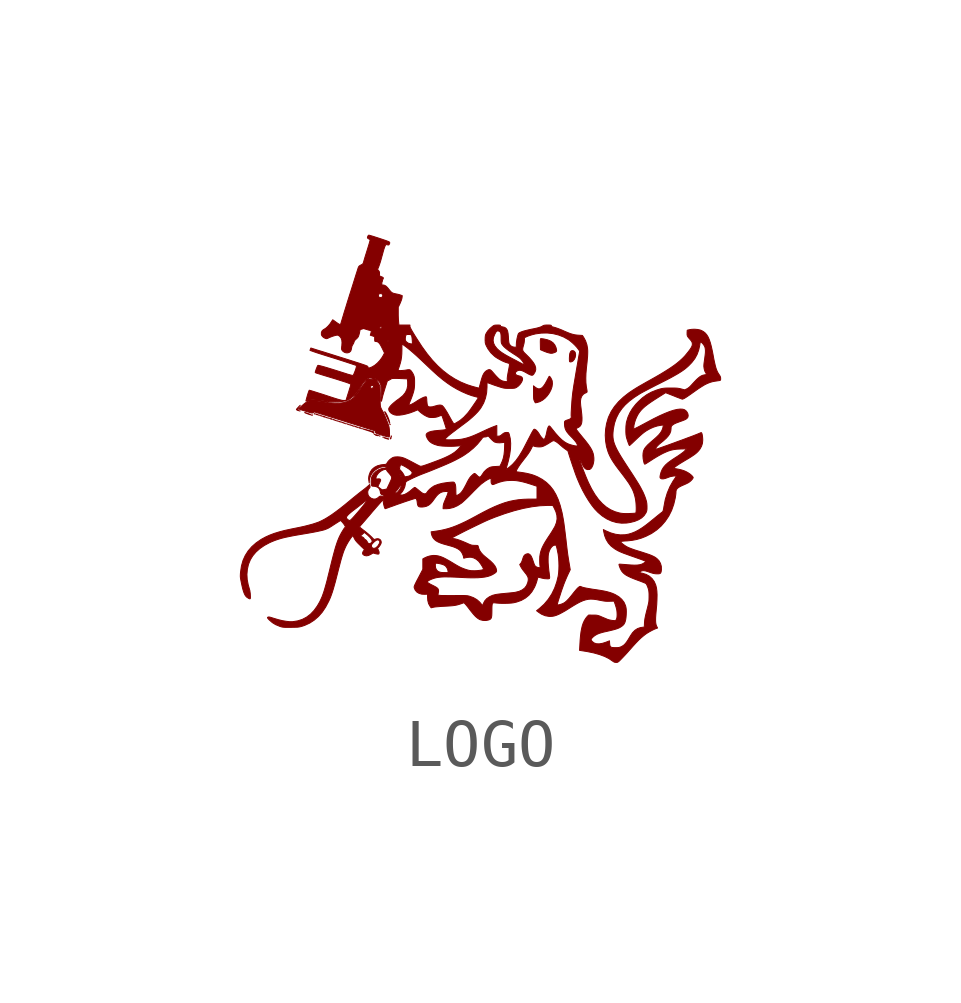
<source format=kicad_sym>
(kicad_symbol_lib
  (version 20220914)
  (generator bitmap2component)
  (symbol "LOGO"
    (pin_names
      (offset 1.016))
    (property "Reference" "#G"
      (at 0 3.812 0)
      (effects (font (size 1.27 1.27)) hide))
    (symbol "LOGO_0_0"
      (polyline (pts (xy 2.842 -4.455) (xy 2.856 -4.452) (xy 2.869 -4.444) (xy 2.886 -4.431) (xy 2.909 -4.409) (xy 2.941 -4.376) (xy 2.971 -4.345) (xy 3.01 -4.304) (xy 3.053 -4.257) (xy 3.096 -4.208) (xy 3.138 -4.161) (xy 3.174 -4.12) (xy 3.238 -4.05) (xy 3.294 -3.992) (xy 3.346 -3.943) (xy 3.396 -3.901) (xy 3.444 -3.864) (xy 3.471 -3.846) (xy 3.519 -3.817) (xy 3.571 -3.789) (xy 3.62 -3.765) (xy 3.662 -3.748) (xy 3.688 -3.739) (xy 3.67 -3.703) (xy 3.664 -3.691) (xy 3.655 -3.661) (xy 3.649 -3.623) (xy 3.647 -3.576) (xy 3.648 -3.518) (xy 3.653 -3.447) (xy 3.661 -3.361) (xy 3.671 -3.25) (xy 3.676 -3.143) (xy 3.678 -3.049) (xy 3.674 -2.97) (xy 3.666 -2.906) (xy 3.651 -2.846) (xy 3.619 -2.772) (xy 3.574 -2.71) (xy 3.518 -2.66) (xy 3.451 -2.623) (xy 3.374 -2.599) (xy 3.346 -2.593) (xy 3.324 -2.587) (xy 3.315 -2.583) (xy 3.314 -2.583) (xy 3.319 -2.574) (xy 3.334 -2.561) (xy 3.346 -2.554) (xy 3.383 -2.544) (xy 3.431 -2.548) (xy 3.489 -2.566) (xy 3.489 -2.566) (xy 3.549 -2.587) (xy 3.599 -2.602) (xy 3.642 -2.609) (xy 3.684 -2.611) (xy 3.707 -2.611) (xy 3.735 -2.606) (xy 3.752 -2.594) (xy 3.762 -2.57) (xy 3.768 -2.533) (xy 3.769 -2.524) (xy 3.767 -2.456) (xy 3.749 -2.393) (xy 3.718 -2.338) (xy 3.673 -2.292) (xy 3.662 -2.284) (xy 3.64 -2.268) (xy 3.616 -2.254) (xy 3.588 -2.24) (xy 3.554 -2.225) (xy 3.514 -2.209) (xy 3.463 -2.192) (xy 3.402 -2.172) (xy 3.328 -2.148) (xy 3.239 -2.121) (xy 3.202 -2.109) (xy 3.152 -2.091) (xy 3.105 -2.073) (xy 3.068 -2.057) (xy 3.04 -2.042) (xy 3.005 -2.02) (xy 2.972 -1.996) (xy 2.945 -1.974) (xy 2.926 -1.954) (xy 2.919 -1.94) (xy 2.924 -1.937) (xy 2.945 -1.933) (xy 2.979 -1.929) (xy 3.023 -1.926) (xy 3.052 -1.925) (xy 3.156 -1.914) (xy 3.252 -1.896) (xy 3.349 -1.868) (xy 3.443 -1.831) (xy 3.562 -1.771) (xy 3.67 -1.697) (xy 3.766 -1.612) (xy 3.85 -1.514) (xy 3.922 -1.407) (xy 3.981 -1.289) (xy 4.026 -1.161) (xy 4.058 -1.025) (xy 4.06 -1.008) (xy 4.066 -0.969) (xy 4.07 -0.935) (xy 4.071 -0.912) (xy 4.072 -0.89) (xy 4.079 -0.864) (xy 4.092 -0.842) (xy 4.114 -0.821) (xy 4.147 -0.799) (xy 4.193 -0.776) (xy 4.253 -0.75) (xy 4.284 -0.736) (xy 4.324 -0.716) (xy 4.356 -0.695) (xy 4.385 -0.67) (xy 4.407 -0.646) (xy 4.423 -0.624) (xy 4.43 -0.608) (xy 4.428 -0.6) (xy 4.414 -0.579) (xy 4.389 -0.554) (xy 4.357 -0.528) (xy 4.319 -0.503) (xy 4.28 -0.482) (xy 4.244 -0.466) (xy 4.193 -0.449) (xy 4.132 -0.434) (xy 4.059 -0.421) (xy 4.016 -0.414) (xy 4.067 -0.374) (xy 4.088 -0.359) (xy 4.122 -0.336) (xy 4.164 -0.309) (xy 4.212 -0.28) (xy 4.26 -0.251) (xy 4.289 -0.234) (xy 4.359 -0.192) (xy 4.416 -0.155) (xy 4.462 -0.123) (xy 4.499 -0.093) (xy 4.529 -0.064) (xy 4.554 -0.035) (xy 4.572 -0.011) (xy 4.604 0.047) (xy 4.623 0.107) (xy 4.629 0.175) (xy 4.628 0.201) (xy 4.625 0.241) (xy 4.62 0.278) (xy 4.613 0.307) (xy 4.605 0.325) (xy 4.597 0.33) (xy 4.588 0.327) (xy 4.566 0.318) (xy 4.535 0.305) (xy 4.498 0.29) (xy 4.472 0.28) (xy 4.429 0.263) (xy 4.376 0.243) (xy 4.316 0.221) (xy 4.25 0.196) (xy 4.18 0.17) (xy 4.107 0.144) (xy 4.035 0.117) (xy 3.963 0.091) (xy 3.895 0.066) (xy 3.832 0.044) (xy 3.776 0.024) (xy 3.728 0.007) (xy 3.692 -0.006) (xy 3.667 -0.014) (xy 3.656 -0.017) (xy 3.655 -0.014) (xy 3.653 -0.000300) (xy 3.653 0.002) (xy 3.662 0.024) (xy 3.686 0.053) (xy 3.724 0.09) (xy 3.776 0.132) (xy 3.812 0.161) (xy 3.871 0.215) (xy 3.915 0.265) (xy 3.946 0.314) (xy 3.963 0.361) (xy 3.969 0.41) (xy 3.969 0.421) (xy 3.971 0.447) (xy 3.978 0.464) (xy 3.992 0.48) (xy 4.001 0.487) (xy 4.019 0.501) (xy 4.042 0.514) (xy 4.072 0.528) (xy 4.112 0.543) (xy 4.165 0.563) (xy 4.186 0.57) (xy 4.231 0.587) (xy 4.264 0.601) (xy 4.287 0.615) (xy 4.303 0.629) (xy 4.315 0.644) (xy 4.321 0.655) (xy 4.326 0.687) (xy 4.319 0.723) (xy 4.302 0.757) (xy 4.277 0.787) (xy 4.245 0.808) (xy 4.213 0.817) (xy 4.161 0.82) (xy 4.098 0.813) (xy 4.024 0.796) (xy 3.938 0.768) (xy 3.84 0.729) (xy 3.73 0.68) (xy 3.608 0.62) (xy 3.473 0.548) (xy 3.467 0.545) (xy 3.415 0.517) (xy 3.364 0.49) (xy 3.318 0.465) (xy 3.28 0.445) (xy 3.253 0.432) (xy 3.192 0.401) (xy 3.192 0.431) (xy 3.192 0.434) (xy 3.197 0.483) (xy 3.211 0.541) (xy 3.231 0.603) (xy 3.257 0.662) (xy 3.28 0.706) (xy 3.307 0.748) (xy 3.339 0.789) (xy 3.377 0.829) (xy 3.423 0.871) (xy 3.478 0.914) (xy 3.544 0.961) (xy 3.622 1.013) (xy 3.713 1.071) (xy 3.856 1.161) (xy 4.021 1.096) (xy 4.034 1.091) (xy 4.083 1.071) (xy 4.128 1.054) (xy 4.164 1.04) (xy 4.189 1.031) (xy 4.201 1.027) (xy 4.203 1.026) (xy 4.218 1.03) (xy 4.243 1.041) (xy 4.278 1.062) (xy 4.323 1.092) (xy 4.381 1.132) (xy 4.451 1.182) (xy 4.461 1.189) (xy 4.54 1.245) (xy 4.61 1.29) (xy 4.671 1.327) (xy 4.727 1.354) (xy 4.78 1.375) (xy 4.831 1.39) (xy 4.883 1.4) (xy 4.884 1.4) (xy 4.919 1.405) (xy 4.951 1.41) (xy 4.974 1.413) (xy 4.983 1.415) (xy 4.996 1.42) (xy 5.001 1.432) (xy 5.002 1.456) (xy 5 1.479) (xy 4.991 1.505) (xy 4.972 1.535) (xy 4.953 1.563) (xy 4.935 1.595) (xy 4.919 1.632) (xy 4.904 1.674) (xy 4.89 1.726) (xy 4.876 1.787) (xy 4.86 1.861) (xy 4.844 1.95) (xy 4.828 2.032) (xy 4.807 2.126) (xy 4.786 2.205) (xy 4.763 2.271) (xy 4.738 2.326) (xy 4.71 2.37) (xy 4.678 2.406) (xy 4.642 2.434) (xy 4.602 2.456) (xy 4.576 2.466) (xy 4.524 2.477) (xy 4.465 2.482) (xy 4.407 2.481) (xy 4.353 2.473) (xy 4.306 2.462) (xy 4.303 2.416) (xy 4.303 2.403) (xy 4.303 2.368) (xy 4.31 2.34) (xy 4.326 2.315) (xy 4.352 2.284) (xy 4.367 2.268) (xy 4.39 2.24) (xy 4.404 2.217) (xy 4.411 2.194) (xy 4.413 2.168) (xy 4.412 2.163) (xy 4.407 2.136) (xy 4.392 2.104) (xy 4.367 2.065) (xy 4.332 2.018) (xy 4.285 1.96) (xy 4.252 1.921) (xy 4.204 1.872) (xy 4.15 1.823) (xy 4.09 1.773) (xy 4.023 1.723) (xy 3.946 1.67) (xy 3.858 1.614) (xy 3.759 1.553) (xy 3.647 1.488) (xy 3.521 1.417) (xy 3.454 1.38) (xy 3.372 1.333) (xy 3.3 1.292) (xy 3.239 1.255) (xy 3.184 1.22) (xy 3.134 1.187) (xy 3.086 1.154) (xy 2.978 1.069) (xy 2.877 0.974) (xy 2.792 0.874) (xy 2.724 0.771) (xy 2.672 0.663) (xy 2.659 0.629) (xy 2.626 0.515) (xy 2.606 0.396) (xy 2.599 0.275) (xy 2.606 0.155) (xy 2.625 0.039) (xy 2.657 -0.069) (xy 2.674 -0.112) (xy 2.695 -0.158) (xy 2.719 -0.204) (xy 2.747 -0.252) (xy 2.781 -0.304) (xy 2.822 -0.363) (xy 2.872 -0.43) (xy 2.932 -0.508) (xy 2.984 -0.576) (xy 3.039 -0.651) (xy 3.086 -0.717) (xy 3.123 -0.777) (xy 3.154 -0.832) (xy 3.179 -0.884) (xy 3.198 -0.936) (xy 3.214 -0.989) (xy 3.227 -1.045) (xy 3.228 -1.052) (xy 3.234 -1.09) (xy 3.239 -1.135) (xy 3.242 -1.183) (xy 3.244 -1.229) (xy 3.244 -1.272) (xy 3.242 -1.308) (xy 3.239 -1.333) (xy 3.233 -1.345) (xy 3.231 -1.346) (xy 3.213 -1.349) (xy 3.183 -1.351) (xy 3.143 -1.353) (xy 3.099 -1.355) (xy 3.083 -1.356) (xy 3.026 -1.356) (xy 2.98 -1.355) (xy 2.94 -1.351) (xy 2.901 -1.345) (xy 2.901 -1.345) (xy 2.802 -1.317) (xy 2.708 -1.275) (xy 2.62 -1.219) (xy 2.537 -1.148) (xy 2.458 -1.061) (xy 2.384 -0.959) (xy 2.314 -0.841) (xy 2.247 -0.706) (xy 2.245 -0.701) (xy 2.23 -0.667) (xy 2.212 -0.624) (xy 2.191 -0.574) (xy 2.17 -0.521) (xy 2.148 -0.466) (xy 2.127 -0.412) (xy 2.107 -0.362) (xy 2.09 -0.317) (xy 2.077 -0.281) (xy 2.069 -0.256) (xy 2.066 -0.244) (xy 2.066 -0.24) (xy 2.072 -0.24) (xy 2.083 -0.252) (xy 2.095 -0.272) (xy 2.109 -0.297) (xy 2.121 -0.325) (xy 2.133 -0.353) (xy 2.16 -0.398) (xy 2.192 -0.427) (xy 2.228 -0.44) (xy 2.271 -0.438) (xy 2.277 -0.436) (xy 2.301 -0.419) (xy 2.322 -0.39) (xy 2.341 -0.349) (xy 2.354 -0.302) (xy 2.362 -0.25) (xy 2.362 -0.197) (xy 2.357 -0.153) (xy 2.348 -0.108) (xy 2.333 -0.064) (xy 2.311 -0.018) (xy 2.281 0.032) (xy 2.242 0.088) (xy 2.193 0.152) (xy 2.132 0.226) (xy 2.102 0.263) (xy 2.063 0.31) (xy 2.034 0.347) (xy 2.013 0.374) (xy 2 0.393) (xy 1.993 0.406) (xy 1.992 0.413) (xy 1.996 0.416) (xy 2 0.418) (xy 2.018 0.427) (xy 2.041 0.439) (xy 2.052 0.445) (xy 2.077 0.466) (xy 2.095 0.494) (xy 2.108 0.531) (xy 2.114 0.578) (xy 2.115 0.637) (xy 2.11 0.71) (xy 2.1 0.796) (xy 2.095 0.84) (xy 2.088 0.892) (xy 2.085 0.933) (xy 2.083 0.965) (xy 2.084 0.992) (xy 2.087 1.016) (xy 2.092 1.042) (xy 2.095 1.052) (xy 2.115 1.097) (xy 2.148 1.133) (xy 2.189 1.156) (xy 2.196 1.159) (xy 2.209 1.164) (xy 2.217 1.171) (xy 2.221 1.182) (xy 2.22 1.201) (xy 2.215 1.231) (xy 2.207 1.275) (xy 2.204 1.296) (xy 2.196 1.373) (xy 2.194 1.462) (xy 2.197 1.56) (xy 2.206 1.664) (xy 2.211 1.713) (xy 2.22 1.794) (xy 2.226 1.861) (xy 2.231 1.916) (xy 2.233 1.962) (xy 2.234 2.001) (xy 2.234 2.034) (xy 2.232 2.064) (xy 2.229 2.093) (xy 2.217 2.159) (xy 2.189 2.241) (xy 2.15 2.313) (xy 2.123 2.353) (xy 2.041 2.358) (xy 2.016 2.36) (xy 1.967 2.366) (xy 1.92 2.377) (xy 1.869 2.392) (xy 1.812 2.415) (xy 1.743 2.444) (xy 1.695 2.466) (xy 1.621 2.495) (xy 1.557 2.517) (xy 1.504 2.531) (xy 1.503 2.531) (xy 1.483 2.539) (xy 1.477 2.553) (xy 1.476 2.559) (xy 1.471 2.564) (xy 1.459 2.567) (xy 1.436 2.569) (xy 1.399 2.569) (xy 1.365 2.569) (xy 1.335 2.566) (xy 1.314 2.561) (xy 1.299 2.553) (xy 1.281 2.542) (xy 1.255 2.53) (xy 1.222 2.519) (xy 1.179 2.507) (xy 1.124 2.495) (xy 1.054 2.481) (xy 1.026 2.475) (xy 0.957 2.459) (xy 0.897 2.443) (xy 0.849 2.426) (xy 0.814 2.41) (xy 0.794 2.395) (xy 0.791 2.39) (xy 0.782 2.367) (xy 0.773 2.333) (xy 0.763 2.293) (xy 0.756 2.25) (xy 0.75 2.209) (xy 0.748 2.174) (xy 0.747 2.108) (xy 0.713 2.108) (xy 0.709 2.108) (xy 0.666 2.117) (xy 0.629 2.139) (xy 0.604 2.171) (xy 0.602 2.173) (xy 0.595 2.193) (xy 0.59 2.22) (xy 0.586 2.256) (xy 0.583 2.307) (xy 0.582 2.328) (xy 0.576 2.393) (xy 0.566 2.443) (xy 0.55 2.48) (xy 0.528 2.506) (xy 0.498 2.523) (xy 0.461 2.531) (xy 0.435 2.536) (xy 0.422 2.543) (xy 0.418 2.553) (xy 0.418 2.555) (xy 0.415 2.563) (xy 0.406 2.567) (xy 0.386 2.569) (xy 0.353 2.569) (xy 0.34 2.569) (xy 0.31 2.568) (xy 0.289 2.564) (xy 0.27 2.555) (xy 0.248 2.539) (xy 0.2 2.499) (xy 0.153 2.447) (xy 0.119 2.394) (xy 0.117 2.389) (xy 0.107 2.366) (xy 0.102 2.342) (xy 0.099 2.312) (xy 0.098 2.27) (xy 0.098 2.249) (xy 0.264 2.249) (xy 0.271 2.309) (xy 0.295 2.371) (xy 0.313 2.405) (xy 0.328 2.43) (xy 0.342 2.443) (xy 0.357 2.447) (xy 0.376 2.445) (xy 0.387 2.442) (xy 0.405 2.432) (xy 0.418 2.415) (xy 0.426 2.388) (xy 0.43 2.35) (xy 0.431 2.296) (xy 0.431 2.292) (xy 0.431 2.249) (xy 0.433 2.22) (xy 0.436 2.198) (xy 0.442 2.182) (xy 0.451 2.166) (xy 0.456 2.158) (xy 0.49 2.118) (xy 0.539 2.075) (xy 0.601 2.028) (xy 0.675 1.979) (xy 0.685 1.972) (xy 0.727 1.946) (xy 0.765 1.92) (xy 0.797 1.898) (xy 0.817 1.882) (xy 0.842 1.858) (xy 0.871 1.824) (xy 0.894 1.79) (xy 0.908 1.76) (xy 0.91 1.748) (xy 0.905 1.741) (xy 0.891 1.749) (xy 0.886 1.752) (xy 0.868 1.763) (xy 0.838 1.779) (xy 0.798 1.8) (xy 0.752 1.825) (xy 0.7 1.852) (xy 0.661 1.872) (xy 0.59 1.91) (xy 0.532 1.942) (xy 0.484 1.971) (xy 0.445 1.996) (xy 0.411 2.021) (xy 0.382 2.045) (xy 0.354 2.071) (xy 0.343 2.082) (xy 0.3 2.137) (xy 0.274 2.192) (xy 0.264 2.249) (xy 0.098 2.249) (xy 0.099 2.237) (xy 0.1 2.207) (xy 0.105 2.182) (xy 0.114 2.157) (xy 0.129 2.125) (xy 0.16 2.069) (xy 0.219 1.99) (xy 0.293 1.92) (xy 0.323 1.897) (xy 0.369 1.869) (xy 0.421 1.84) (xy 0.473 1.814) (xy 0.522 1.794) (xy 0.561 1.782) (xy 0.562 1.781) (xy 0.58 1.777) (xy 0.593 1.772) (xy 0.601 1.765) (xy 0.604 1.752) (xy 0.604 1.732) (xy 0.599 1.701) (xy 0.591 1.659) (xy 0.58 1.602) (xy 0.57 1.548) (xy 0.562 1.497) (xy 0.558 1.459) (xy 0.559 1.432) (xy 0.564 1.391) (xy 0.535 1.391) (xy 0.522 1.392) (xy 0.492 1.397) (xy 0.46 1.405) (xy 0.445 1.411) (xy 0.418 1.425) (xy 0.389 1.446) (xy 0.356 1.478) (xy 0.317 1.519) (xy 0.27 1.573) (xy 0.26 1.585) (xy 0.233 1.615) (xy 0.212 1.633) (xy 0.195 1.641) (xy 0.177 1.641) (xy 0.157 1.635) (xy 0.142 1.628) (xy 0.112 1.609) (xy 0.087 1.584) (xy 0.065 1.551) (xy 0.044 1.507) (xy 0.025 1.45) (xy 0.005 1.379) (xy 0.001 1.362) (xy -0.01 1.322) (xy -0.019 1.289) (xy -0.025 1.267) (xy -0.028 1.258) (xy -0.029 1.258) (xy -0.042 1.259) (xy -0.066 1.265) (xy -0.101 1.274) (xy -0.141 1.285) (xy -0.183 1.297) (xy -0.226 1.311) (xy -0.264 1.323) (xy -0.296 1.335) (xy -0.407 1.381) (xy -0.535 1.448) (xy -0.657 1.526) (xy -0.775 1.617) (xy -0.89 1.721) (xy -1.001 1.839) (xy -1.11 1.972) (xy -1.218 2.121) (xy -1.325 2.286) (xy -1.366 2.351) (xy -1.398 2.404) (xy -1.423 2.446) (xy -1.442 2.479) (xy -1.454 2.504) (xy -1.463 2.522) (xy -1.467 2.536) (xy -1.468 2.547) (xy -1.468 2.569) (xy -1.583 2.569) (xy -1.697 2.569) (xy -1.704 2.635) (xy -1.704 2.637) (xy -1.707 2.672) (xy -1.709 2.719) (xy -1.711 2.77) (xy -1.711 2.821) (xy -1.711 2.94) (xy -1.673 3.021) (xy -1.665 3.04) (xy -1.649 3.08) (xy -1.637 3.116) (xy -1.632 3.142) (xy -1.628 3.181) (xy -1.665 3.195) (xy -1.686 3.202) (xy -1.722 3.211) (xy -1.758 3.218) (xy -1.795 3.226) (xy -1.827 3.236) (xy -1.853 3.253) (xy -1.877 3.278) (xy -1.906 3.314) (xy -1.937 3.352) (xy -1.97 3.383) (xy -2.004 3.4) (xy -2.039 3.405) (xy -2.04 3.405) (xy -2.059 3.409) (xy -2.065 3.417) (xy -2.056 3.427) (xy -2.052 3.433) (xy -2.051 3.449) (xy -2.052 3.459) (xy -2.048 3.47) (xy -2.043 3.477) (xy -2.04 3.494) (xy -2.037 3.509) (xy -2.027 3.531) (xy -2.021 3.544) (xy -2.024 3.556) (xy -2.039 3.567) (xy -2.07 3.579) (xy -2.087 3.586) (xy -2.098 3.594) (xy -2.102 3.608) (xy -2.101 3.633) (xy -2.101 3.66) (xy -2.106 3.682) (xy -2.12 3.702) (xy -2.142 3.727) (xy -2.117 3.786) (xy -2.111 3.803) (xy -2.098 3.84) (xy -2.083 3.886) (xy -2.068 3.938) (xy -2.054 3.99) (xy -2.048 4.011) (xy -2.027 4.087) (xy -2.01 4.147) (xy -1.995 4.191) (xy -1.982 4.222) (xy -1.972 4.24) (xy -1.963 4.245) (xy -1.95 4.243) (xy -1.928 4.238) (xy -1.915 4.236) (xy -1.904 4.241) (xy -1.895 4.259) (xy -1.889 4.275) (xy -1.889 4.288) (xy -1.9 4.301) (xy -1.904 4.303) (xy -1.922 4.311) (xy -1.953 4.323) (xy -1.993 4.337) (xy -2.04 4.353) (xy -2.091 4.37) (xy -2.143 4.387) (xy -2.193 4.403) (xy -2.239 4.418) (xy -2.278 4.429) (xy -2.308 4.438) (xy -2.325 4.441) (xy -2.326 4.441) (xy -2.335 4.434) (xy -2.345 4.418) (xy -2.353 4.392) (xy -2.344 4.373) (xy -2.321 4.361) (xy -2.307 4.355) (xy -2.297 4.342) (xy -2.298 4.337) (xy -2.302 4.317) (xy -2.311 4.285) (xy -2.323 4.243) (xy -2.338 4.194) (xy -2.355 4.139) (xy -2.362 4.116) (xy -2.38 4.059) (xy -2.397 4.005) (xy -2.411 3.958) (xy -2.422 3.921) (xy -2.429 3.897) (xy -2.432 3.885) (xy -2.44 3.86) (xy -2.449 3.844) (xy -2.464 3.832) (xy -2.488 3.82) (xy -2.505 3.811) (xy -2.525 3.797) (xy -2.537 3.781) (xy -2.547 3.757) (xy -2.568 3.69) (xy -2.595 3.606) (xy -2.623 3.516) (xy -2.652 3.423) (xy -2.682 3.328) (xy -2.712 3.233) (xy -2.728 3.184) (xy -2.125 3.184) (xy -2.12 3.207) (xy -2.103 3.222) (xy -2.073 3.225) (xy -2.07 3.224) (xy -2.044 3.215) (xy -2.033 3.196) (xy -2.036 3.169) (xy -2.04 3.16) (xy -2.052 3.148) (xy -2.074 3.143) (xy -2.102 3.145) (xy -2.12 3.159) (xy -2.125 3.184) (xy -2.728 3.184) (xy -2.741 3.141) (xy -2.769 3.052) (xy -2.794 2.97) (xy -2.817 2.896) (xy -2.837 2.833) (xy -2.852 2.781) (xy -2.863 2.744) (xy -2.866 2.737) (xy -2.88 2.688) (xy -2.893 2.645) (xy -2.903 2.611) (xy -2.911 2.589) (xy -2.914 2.58) (xy -2.914 2.58) (xy -2.926 2.58) (xy -2.949 2.591) (xy -2.979 2.611) (xy -3.016 2.637) (xy -3.027 2.645) (xy -3.051 2.663) (xy -3.069 2.675) (xy -3.076 2.679) (xy -3.079 2.675) (xy -3.089 2.659) (xy -3.103 2.637) (xy -3.135 2.59) (xy -3.173 2.546) (xy -3.211 2.51) (xy -3.226 2.5) (xy -2.1 2.5) (xy -2.099 2.509) (xy -2.09 2.527) (xy -2.074 2.535) (xy -2.065 2.534) (xy -2.052 2.525) (xy -2.054 2.506) (xy -2.063 2.497) (xy -2.078 2.493) (xy -2.093 2.493) (xy -2.1 2.5) (xy -3.226 2.5) (xy -3.245 2.487) (xy -3.273 2.471) (xy -3.298 2.446) (xy -3.311 2.416) (xy -3.312 2.375) (xy -3.306 2.355) (xy -3.288 2.33) (xy -3.262 2.308) (xy -3.232 2.293) (xy -3.232 2.293) (xy -3.213 2.287) (xy -3.197 2.287) (xy -3.179 2.293) (xy -3.15 2.307) (xy -3.12 2.32) (xy -3.078 2.336) (xy -3.038 2.348) (xy -3.02 2.353) (xy -2.994 2.358) (xy -2.977 2.36) (xy -2.964 2.357) (xy -2.95 2.349) (xy -2.93 2.335) (xy -2.903 2.302) (xy -2.887 2.259) (xy -2.882 2.204) (xy -2.886 2.136) (xy -2.888 2.127) (xy -2.891 2.094) (xy -2.891 2.072) (xy -2.888 2.057) (xy -2.881 2.044) (xy -2.864 2.024) (xy -2.832 2.002) (xy -2.796 1.991) (xy -2.76 1.991) (xy -2.727 2.003) (xy -2.702 2.027) (xy -2.697 2.037) (xy -2.689 2.062) (xy -2.683 2.092) (xy -2.683 2.094) (xy -2.674 2.133) (xy -2.658 2.162) (xy -2.642 2.187) (xy -2.632 2.215) (xy -2.628 2.229) (xy -2.613 2.253) (xy -2.585 2.28) (xy -2.579 2.285) (xy -2.559 2.305) (xy -2.544 2.326) (xy -2.533 2.354) (xy -2.522 2.391) (xy -2.512 2.441) (xy -2.511 2.449) (xy -2.505 2.469) (xy -2.496 2.479) (xy -2.479 2.482) (xy -2.46 2.487) (xy -2.449 2.494) (xy -2.439 2.496) (xy -2.415 2.491) (xy -2.379 2.48) (xy -2.372 2.478) (xy -2.34 2.468) (xy -2.313 2.461) (xy -2.296 2.458) (xy -2.287 2.457) (xy -2.276 2.448) (xy -2.274 2.429) (xy -2.282 2.397) (xy -2.293 2.358) (xy -2.248 2.343) (xy -2.202 2.327) (xy -2.202 2.285) (xy -1.565 2.285) (xy -1.564 2.296) (xy -1.561 2.326) (xy -1.555 2.349) (xy -1.549 2.361) (xy -1.54 2.369) (xy -1.524 2.372) (xy -1.495 2.373) (xy -1.471 2.372) (xy -1.452 2.37) (xy -1.442 2.362) (xy -1.434 2.349) (xy -1.432 2.345) (xy -1.427 2.321) (xy -1.422 2.288) (xy -1.419 2.251) (xy -1.415 2.176) (xy -1.439 2.177) (xy -1.457 2.179) (xy -1.503 2.192) (xy -1.54 2.219) (xy -1.554 2.236) (xy -1.563 2.256) (xy -1.565 2.285) (xy -2.202 2.285) (xy -2.202 2.277) (xy -2.202 2.273) (xy -2.201 2.247) (xy -2.199 2.236) (xy -1.929 2.236) (xy -1.928 2.241) (xy -1.923 2.242) (xy -1.922 2.241) (xy -1.923 2.231) (xy -1.926 2.229) (xy -1.929 2.236) (xy -2.199 2.236) (xy -2.199 2.234) (xy -2.191 2.228) (xy -2.178 2.228) (xy -2.17 2.227) (xy -2.144 2.221) (xy -2.121 2.206) (xy -2.098 2.18) (xy -2.074 2.142) (xy -2.046 2.088) (xy -1.997 1.987) (xy -2.029 1.927) (xy -2.052 1.889) (xy -2.095 1.831) (xy -2.145 1.778) (xy -2.197 1.734) (xy -2.249 1.702) (xy -2.268 1.693) (xy -2.303 1.679) (xy -2.326 1.675) (xy -2.339 1.682) (xy -2.343 1.698) (xy -2.343 1.699) (xy -2.344 1.703) (xy -2.346 1.707) (xy -2.352 1.712) (xy -2.362 1.718) (xy -2.378 1.724) (xy -2.4 1.733) (xy -2.429 1.743) (xy -2.467 1.756) (xy -2.514 1.772) (xy -2.572 1.79) (xy -2.643 1.813) (xy -2.726 1.839) (xy -2.823 1.87) (xy -2.936 1.905) (xy -3.024 1.933) (xy -3.116 1.962) (xy -3.203 1.989) (xy -3.282 2.014) (xy -3.352 2.035) (xy -3.413 2.054) (xy -3.462 2.07) (xy -3.499 2.081) (xy -3.522 2.089) (xy -3.53 2.091) (xy -3.534 2.084) (xy -3.54 2.066) (xy -3.549 2.042) (xy -3.45 2.007) (xy -3.444 2.005) (xy -3.403 1.991) (xy -3.35 1.974) (xy -3.29 1.955) (xy -3.227 1.935) (xy -3.166 1.916) (xy -3.157 1.913) (xy -3.089 1.892) (xy -3.012 1.868) (xy -2.931 1.842) (xy -2.853 1.817) (xy -2.782 1.794) (xy -2.582 1.728) (xy -2.583 1.703) (xy -2.583 1.699) (xy -2.589 1.675) (xy -2.599 1.643) (xy -2.604 1.627) (xy -1.716 1.627) (xy -1.715 1.63) (xy -1.71 1.646) (xy -1.702 1.673) (xy -1.69 1.706) (xy -1.669 1.773) (xy -1.653 1.837) (xy -1.643 1.9) (xy -1.637 1.968) (xy -1.635 2.046) (xy -1.635 2.071) (xy -1.635 2.113) (xy -1.634 2.146) (xy -1.633 2.168) (xy -1.632 2.176) (xy -1.632 2.176) (xy -1.623 2.171) (xy -1.605 2.157) (xy -1.578 2.137) (xy -1.546 2.113) (xy -1.523 2.095) (xy -1.465 2.048) (xy -1.4 1.992) (xy -1.327 1.927) (xy -1.245 1.851) (xy -1.152 1.763) (xy -1.074 1.689) (xy -1.002 1.621) (xy -0.938 1.563) (xy -0.881 1.512) (xy -0.828 1.468) (xy -0.778 1.427) (xy -0.729 1.39) (xy -0.68 1.354) (xy -0.627 1.318) (xy -0.584 1.29) (xy -0.486 1.233) (xy -0.384 1.181) (xy -0.281 1.136) (xy -0.183 1.1) (xy -0.091 1.075) (xy -0.07 1.07) (xy -0.05 1.061) (xy -0.046 1.053) (xy -0.051 1.043) (xy -0.066 1.02) (xy -0.086 0.988) (xy -0.112 0.95) (xy -0.14 0.909) (xy -0.169 0.867) (xy -0.197 0.827) (xy -0.223 0.791) (xy -0.243 0.764) (xy -0.267 0.734) (xy -0.346 0.649) (xy -0.426 0.582) (xy -0.51 0.53) (xy -0.521 0.525) (xy -0.54 0.516) (xy -0.55 0.512) (xy -0.551 0.512) (xy -0.559 0.52) (xy -0.573 0.54) (xy -0.593 0.572) (xy -0.619 0.618) (xy -0.653 0.679) (xy -0.689 0.744) (xy -0.724 0.8) (xy -0.753 0.844) (xy -0.777 0.874) (xy -0.796 0.892) (xy -0.805 0.897) (xy -0.839 0.904) (xy -0.885 0.899) (xy -0.944 0.883) (xy -1.001 0.867) (xy -1.047 0.864) (xy -1.053 0.864) (xy -1.077 0.868) (xy -1.091 0.876) (xy -1.101 0.892) (xy -1.103 0.897) (xy -1.109 0.922) (xy -1.113 0.957) (xy -1.117 0.997) (xy -1.118 1.031) (xy -1.121 1.055) (xy -1.124 1.069) (xy -1.13 1.074) (xy -1.138 1.075) (xy -1.152 1.074) (xy -1.186 1.063) (xy -1.229 1.042) (xy -1.279 1.014) (xy -1.333 0.98) (xy -1.338 0.976) (xy -1.381 0.949) (xy -1.42 0.927) (xy -1.452 0.912) (xy -1.476 0.904) (xy -1.489 0.906) (xy -1.488 0.915) (xy -1.481 0.936) (xy -1.47 0.967) (xy -1.455 1.003) (xy -1.434 1.056) (xy -1.412 1.118) (xy -1.395 1.171) (xy -1.383 1.218) (xy -1.376 1.264) (xy -1.372 1.312) (xy -1.371 1.366) (xy -1.371 1.411) (xy -1.373 1.458) (xy -1.38 1.496) (xy -1.391 1.529) (xy -1.407 1.562) (xy -1.431 1.599) (xy -1.443 1.615) (xy -1.46 1.632) (xy -1.478 1.64) (xy -1.504 1.64) (xy -1.54 1.634) (xy -1.551 1.632) (xy -1.585 1.627) (xy -1.621 1.624) (xy -1.657 1.622) (xy -1.687 1.622) (xy -1.708 1.624) (xy -1.716 1.627) (xy -2.604 1.627) (xy -2.612 1.607) (xy -2.626 1.572) (xy -2.638 1.543) (xy -2.648 1.526) (xy -2.652 1.523) (xy -2.66 1.521) (xy -2.673 1.522) (xy -2.693 1.527) (xy -2.722 1.535) (xy -2.762 1.546) (xy -2.814 1.563) (xy -2.881 1.584) (xy -2.893 1.588) (xy -2.997 1.621) (xy -3.09 1.65) (xy -3.172 1.675) (xy -3.242 1.696) (xy -3.299 1.712) (xy -3.342 1.723) (xy -3.37 1.729) (xy -3.384 1.73) (xy -3.387 1.726) (xy -3.396 1.709) (xy -3.407 1.683) (xy -3.419 1.653) (xy -3.429 1.623) (xy -3.437 1.598) (xy -3.44 1.583) (xy -3.439 1.582) (xy -3.437 1.579) (xy -3.43 1.576) (xy -3.417 1.57) (xy -3.396 1.563) (xy -3.366 1.554) (xy -3.326 1.541) (xy -3.274 1.525) (xy -3.208 1.505) (xy -3.128 1.481) (xy -3.029 1.451) (xy -2.934 1.421) (xy -2.855 1.396) (xy -2.792 1.376) (xy -2.746 1.359) (xy -2.716 1.347) (xy -2.703 1.34) (xy -2.702 1.339) (xy -2.7 1.326) (xy -2.704 1.304) (xy -2.707 1.294) (xy -2.716 1.267) (xy -2.728 1.23) (xy -2.741 1.185) (xy -2.757 1.137) (xy -2.8 0.999) (xy -2.848 0.999) (xy -2.85 0.999) (xy -2.868 1) (xy -2.891 1.004) (xy -2.922 1.012) (xy -2.962 1.023) (xy -3.012 1.038) (xy -3.075 1.058) (xy -3.152 1.083) (xy -3.155 1.084) (xy -3.233 1.11) (xy -3.307 1.134) (xy -3.374 1.155) (xy -3.434 1.174) (xy -3.485 1.19) (xy -3.525 1.202) (xy -3.551 1.209) (xy -3.564 1.212) (xy -3.564 1.212) (xy -3.57 1.201) (xy -3.579 1.177) (xy -3.59 1.145) (xy -3.602 1.106) (xy -3.614 1.064) (xy -3.634 0.989) (xy -3.611 0.995) (xy -3.605 0.996) (xy -3.567 1.004) (xy -3.53 1.01) (xy -3.491 1.012) (xy -3.446 1.01) (xy -3.393 1.006) (xy -3.329 0.999) (xy -3.252 0.988) (xy -3.203 0.981) (xy -3.11 0.973) (xy -3.021 0.97) (xy -2.939 0.973) (xy -2.865 0.981) (xy -2.802 0.994) (xy -2.751 1.012) (xy -2.715 1.034) (xy -2.705 1.043) (xy -2.675 1.067) (xy -2.645 1.089) (xy -2.638 1.094) (xy -2.623 1.107) (xy -2.607 1.124) (xy -2.588 1.147) (xy -2.566 1.178) (xy -2.538 1.218) (xy -2.505 1.269) (xy -2.464 1.333) (xy -2.438 1.37) (xy -2.397 1.418) (xy -2.357 1.449) (xy -2.316 1.464) (xy -2.315 1.465) (xy -2.292 1.467) (xy -2.264 1.466) (xy -2.238 1.462) (xy -2.218 1.457) (xy -2.211 1.452) (xy -2.212 1.45) (xy -2.225 1.446) (xy -2.25 1.442) (xy -2.283 1.438) (xy -2.355 1.432) (xy -2.397 1.38) (xy -2.401 1.375) (xy -2.423 1.345) (xy -2.451 1.306) (xy -2.469 1.28) (xy -2.296 1.28) (xy -2.295 1.284) (xy -2.284 1.297) (xy -2.267 1.309) (xy -2.251 1.314) (xy -2.248 1.314) (xy -2.234 1.306) (xy -2.225 1.29) (xy -2.226 1.275) (xy -2.234 1.267) (xy -2.251 1.256) (xy -2.252 1.255) (xy -2.268 1.251) (xy -2.283 1.26) (xy -2.291 1.269) (xy -2.296 1.28) (xy -2.469 1.28) (xy -2.481 1.264) (xy -2.51 1.221) (xy -2.517 1.21) (xy -2.547 1.168) (xy -2.579 1.126) (xy -2.607 1.091) (xy -2.63 1.066) (xy -2.639 1.057) (xy -2.697 1.012) (xy -2.765 0.978) (xy -2.843 0.955) (xy -2.931 0.943) (xy -3.031 0.941) (xy -3.144 0.95) (xy -3.269 0.97) (xy -3.333 0.98) (xy -3.411 0.99) (xy -3.478 0.994) (xy -3.51 0.993) (xy -3.553 0.99) (xy -3.588 0.981) (xy -3.622 0.964) (xy -3.658 0.939) (xy -3.7 0.903) (xy -3.713 0.891) (xy -3.741 0.867) (xy -3.765 0.848) (xy -3.78 0.837) (xy -3.78 0.836) (xy -3.786 0.831) (xy -3.787 0.827) (xy -3.78 0.822) (xy -3.765 0.815) (xy -3.74 0.806) (xy -3.702 0.794) (xy -3.649 0.778) (xy -3.6 0.763) (xy -3.56 0.751) (xy -3.531 0.743) (xy -3.511 0.739) (xy -3.498 0.739) (xy -3.49 0.741) (xy -3.484 0.746) (xy -3.471 0.754) (xy -3.457 0.76) (xy -3.457 0.76) (xy -3.446 0.757) (xy -3.42 0.749) (xy -3.38 0.737) (xy -3.328 0.721) (xy -3.265 0.702) (xy -3.193 0.68) (xy -3.112 0.654) (xy -3.023 0.627) (xy -2.929 0.598) (xy -2.83 0.567) (xy -2.823 0.564) (xy -2.724 0.533) (xy -2.63 0.504) (xy -2.542 0.476) (xy -2.461 0.451) (xy -2.389 0.428) (xy -2.326 0.409) (xy -2.275 0.393) (xy -2.236 0.38) (xy -2.21 0.372) (xy -2.2 0.369) (xy -2.19 0.362) (xy -2.185 0.342) (xy -2.184 0.334) (xy -2.181 0.327) (xy -2.173 0.32) (xy -2.158 0.313) (xy -2.133 0.303) (xy -2.097 0.291) (xy -2.046 0.275) (xy -2.01 0.264) (xy -1.968 0.252) (xy -1.934 0.243) (xy -1.911 0.239) (xy -1.9 0.238) (xy -1.896 0.252) (xy -1.893 0.278) (xy -1.893 0.313) (xy -1.894 0.353) (xy -1.896 0.393) (xy -1.901 0.431) (xy -1.907 0.461) (xy -1.914 0.485) (xy -1.927 0.521) (xy -1.943 0.563) (xy -1.961 0.609) (xy -1.98 0.655) (xy -1.998 0.698) (xy -2.015 0.735) (xy -2.028 0.762) (xy -2.037 0.777) (xy -2.042 0.785) (xy -2.054 0.806) (xy -2.067 0.833) (xy -2.072 0.843) (xy -2.077 0.857) (xy -2.081 0.873) (xy -2.084 0.893) (xy -2.086 0.92) (xy -2.087 0.956) (xy -2.087 1.004) (xy -2.087 1.067) (xy -2.088 1.091) (xy -2.088 1.147) (xy -2.09 1.198) (xy -2.091 1.24) (xy -2.093 1.272) (xy -2.095 1.289) (xy -2.102 1.314) (xy -2.13 1.371) (xy -2.17 1.419) (xy -2.184 1.433) (xy -2.196 1.446) (xy -2.197 1.451) (xy -2.19 1.45) (xy -2.169 1.44) (xy -2.143 1.423) (xy -2.119 1.403) (xy -2.102 1.383) (xy -2.094 1.371) (xy -2.083 1.348) (xy -2.074 1.322) (xy -2.069 1.29) (xy -2.065 1.25) (xy -2.064 1.198) (xy -2.064 1.132) (xy -2.064 1.086) (xy -2.064 1.044) (xy -2.064 1.011) (xy -2.063 0.989) (xy -2.062 0.983) (xy -2.061 0.984) (xy -2.057 0.997) (xy -2.051 1.022) (xy -2.044 1.054) (xy -2.04 1.071) (xy -2.03 1.11) (xy -2.016 1.158) (xy -2 1.211) (xy -1.984 1.263) (xy -1.938 1.405) (xy -1.901 1.423) (xy -1.891 1.429) (xy -1.867 1.442) (xy -1.851 1.452) (xy -1.843 1.455) (xy -1.823 1.457) (xy -1.79 1.458) (xy -1.742 1.458) (xy -1.68 1.456) (xy -1.521 1.449) (xy -1.515 1.387) (xy -1.515 1.383) (xy -1.515 1.303) (xy -1.531 1.23) (xy -1.563 1.164) (xy -1.609 1.106) (xy -1.626 1.09) (xy -1.658 1.064) (xy -1.694 1.035) (xy -1.732 1.008) (xy -1.75 0.995) (xy -1.797 0.957) (xy -1.839 0.92) (xy -1.873 0.885) (xy -1.897 0.854) (xy -1.909 0.83) (xy -1.909 0.83) (xy -1.908 0.8) (xy -1.893 0.769) (xy -1.867 0.74) (xy -1.831 0.716) (xy -1.789 0.699) (xy -1.747 0.692) (xy -1.688 0.693) (xy -1.62 0.702) (xy -1.546 0.718) (xy -1.468 0.74) (xy -1.389 0.769) (xy -1.306 0.804) (xy -1.252 0.755) (xy -1.217 0.727) (xy -1.175 0.698) (xy -1.136 0.676) (xy -1.119 0.668) (xy -1.09 0.655) (xy -1.065 0.648) (xy -1.037 0.645) (xy -0.999 0.645) (xy -0.973 0.645) (xy -0.936 0.649) (xy -0.903 0.656) (xy -0.867 0.669) (xy -0.843 0.679) (xy -0.821 0.686) (xy -0.808 0.687) (xy -0.801 0.682) (xy -0.799 0.675) (xy -0.791 0.655) (xy -0.78 0.624) (xy -0.767 0.585) (xy -0.753 0.544) (xy -0.74 0.503) (xy -0.728 0.466) (xy -0.719 0.436) (xy -0.714 0.417) (xy -0.713 0.414) (xy -0.713 0.405) (xy -0.716 0.398) (xy -0.727 0.392) (xy -0.746 0.388) (xy -0.775 0.384) (xy -0.818 0.38) (xy -0.875 0.375) (xy -0.887 0.374) (xy -0.963 0.366) (xy -1.024 0.355) (xy -1.07 0.341) (xy -1.102 0.323) (xy -1.109 0.319) (xy -1.125 0.301) (xy -1.131 0.281) (xy -1.126 0.254) (xy -1.11 0.217) (xy -1.094 0.189) (xy -0.738 0.189) (xy -0.73 0.201) (xy -0.713 0.221) (xy -0.689 0.243) (xy -0.678 0.254) (xy -0.661 0.268) (xy -0.641 0.284) (xy -0.618 0.303) (xy -0.588 0.327) (xy -0.551 0.354) (xy -0.507 0.388) (xy -0.452 0.429) (xy -0.387 0.478) (xy -0.309 0.536) (xy -0.305 0.539) (xy -0.236 0.593) (xy -0.17 0.65) (xy -0.109 0.707) (xy -0.056 0.762) (xy -0.015 0.811) (xy 0.012 0.849) (xy 0.067 0.946) (xy 0.105 1.049) (xy 0.129 1.16) (xy 0.137 1.278) (xy 0.137 1.373) (xy 0.22 1.343) (xy 0.243 1.334) (xy 0.293 1.316) (xy 0.348 1.298) (xy 0.397 1.282) (xy 0.422 1.274) (xy 0.457 1.264) (xy 0.487 1.257) (xy 0.518 1.253) (xy 0.554 1.251) (xy 0.602 1.251) (xy 0.62 1.251) (xy 0.662 1.251) (xy 0.692 1.253) (xy 0.714 1.256) (xy 0.731 1.261) (xy 0.747 1.269) (xy 0.751 1.271) (xy 0.793 1.302) (xy 0.832 1.344) (xy 0.861 1.389) (xy 0.861 1.389) (xy 0.876 1.429) (xy 0.877 1.461) (xy 0.863 1.485) (xy 0.834 1.503) (xy 0.788 1.515) (xy 0.779 1.516) (xy 0.748 1.53) (xy 0.731 1.549) (xy 0.728 1.572) (xy 0.74 1.595) (xy 0.768 1.616) (xy 0.795 1.626) (xy 0.826 1.628) (xy 0.86 1.621) (xy 0.902 1.604) (xy 0.954 1.576) (xy 0.969 1.567) (xy 1.011 1.544) (xy 1.043 1.53) (xy 1.066 1.524) (xy 1.083 1.525) (xy 1.098 1.534) (xy 1.112 1.55) (xy 1.115 1.556) (xy 1.139 1.596) (xy 1.151 1.637) (xy 1.15 1.68) (xy 1.137 1.726) (xy 1.111 1.775) (xy 1.071 1.829) (xy 1.018 1.89) (xy 0.95 1.958) (xy 0.949 1.959) (xy 0.915 1.992) (xy 0.892 2.019) (xy 0.881 2.044) (xy 0.879 2.071) (xy 0.885 2.104) (xy 0.897 2.148) (xy 0.906 2.18) (xy 0.913 2.221) (xy 0.916 2.256) (xy 0.916 2.307) (xy 0.96 2.326) (xy 0.966 2.329) (xy 0.998 2.342) (xy 1.037 2.355) (xy 1.077 2.368) (xy 1.15 2.386) (xy 1.271 2.402) (xy 1.391 2.404) (xy 1.51 2.391) (xy 1.624 2.363) (xy 1.732 2.321) (xy 1.832 2.265) (xy 1.874 2.234) (xy 1.92 2.195) (xy 1.966 2.151) (xy 2.005 2.109) (xy 2.035 2.071) (xy 2.067 2.026) (xy 2.036 1.851) (xy 2.026 1.79) (xy 2.004 1.666) (xy 1.986 1.558) (xy 1.97 1.463) (xy 1.956 1.38) (xy 1.944 1.309) (xy 1.935 1.248) (xy 1.927 1.196) (xy 1.921 1.152) (xy 1.917 1.114) (xy 1.915 1.094) (xy 1.909 1.038) (xy 1.904 0.979) (xy 1.9 0.917) (xy 1.896 0.857) (xy 1.893 0.8) (xy 1.89 0.75) (xy 1.889 0.709) (xy 1.889 0.68) (xy 1.891 0.665) (xy 1.893 0.654) (xy 1.885 0.631) (xy 1.863 0.612) (xy 1.829 0.598) (xy 1.817 0.595) (xy 1.788 0.585) (xy 1.768 0.575) (xy 1.763 0.572) (xy 1.755 0.563) (xy 1.751 0.551) (xy 1.75 0.53) (xy 1.751 0.496) (xy 1.754 0.463) (xy 1.763 0.42) (xy 1.779 0.38) (xy 1.804 0.34) (xy 1.839 0.296) (xy 1.887 0.246) (xy 1.916 0.217) (xy 1.958 0.171) (xy 1.988 0.133) (xy 2.008 0.101) (xy 2.019 0.073) (xy 2.021 0.059) (xy 2.015 0.052) (xy 1.996 0.051) (xy 1.994 0.051) (xy 1.964 0.055) (xy 1.923 0.064) (xy 1.879 0.076) (xy 1.836 0.091) (xy 1.801 0.107) (xy 1.754 0.134) (xy 1.694 0.18) (xy 1.631 0.241) (xy 1.564 0.316) (xy 1.492 0.406) (xy 1.48 0.421) (xy 1.458 0.448) (xy 1.444 0.463) (xy 1.433 0.469) (xy 1.426 0.467) (xy 1.414 0.451) (xy 1.402 0.424) (xy 1.39 0.384) (xy 1.379 0.329) (xy 1.378 0.327) (xy 1.369 0.286) (xy 1.358 0.248) (xy 1.346 0.217) (xy 1.335 0.196) (xy 1.326 0.188) (xy 1.318 0.19) (xy 1.298 0.204) (xy 1.276 0.227) (xy 1.253 0.255) (xy 1.233 0.286) (xy 1.221 0.307) (xy 1.19 0.351) (xy 1.161 0.382) (xy 1.133 0.398) (xy 1.129 0.399) (xy 1.124 0.4) (xy 1.119 0.4) (xy 1.113 0.396) (xy 1.106 0.388) (xy 1.097 0.375) (xy 1.085 0.355) (xy 1.069 0.327) (xy 1.049 0.289) (xy 1.025 0.242) (xy 0.994 0.183) (xy 0.957 0.111) (xy 0.913 0.026) (xy 0.873 -0.049) (xy 0.806 -0.16) (xy 0.738 -0.254) (xy 0.669 -0.331) (xy 0.6 -0.391) (xy 0.59 -0.399) (xy 0.564 -0.417) (xy 0.545 -0.43) (xy 0.537 -0.435) (xy 0.537 -0.435) (xy 0.537 -0.427) (xy 0.541 -0.406) (xy 0.549 -0.374) (xy 0.56 -0.336) (xy 0.579 -0.268) (xy 0.609 -0.133) (xy 0.626 -0.01) (xy 0.63 0.102) (xy 0.622 0.203) (xy 0.601 0.292) (xy 0.593 0.314) (xy 0.585 0.327) (xy 0.572 0.332) (xy 0.549 0.333) (xy 0.525 0.332) (xy 0.499 0.325) (xy 0.473 0.31) (xy 0.442 0.285) (xy 0.426 0.272) (xy 0.402 0.259) (xy 0.376 0.256) (xy 0.341 0.256) (xy 0.341 0.367) (xy 0.341 0.478) (xy 0.271 0.452) (xy 0.258 0.447) (xy 0.22 0.431) (xy 0.173 0.411) (xy 0.122 0.388) (xy 0.073 0.365) (xy 0.055 0.357) (xy -0.026 0.319) (xy -0.095 0.288) (xy -0.154 0.263) (xy -0.206 0.243) (xy -0.254 0.227) (xy -0.298 0.214) (xy -0.344 0.203) (xy -0.391 0.193) (xy -0.403 0.191) (xy -0.437 0.187) (xy -0.48 0.184) (xy -0.527 0.181) (xy -0.577 0.18) (xy -0.624 0.179) (xy -0.667 0.179) (xy -0.703 0.181) (xy -0.727 0.183) (xy -0.738 0.187) (xy -0.738 0.189) (xy -1.094 0.189) (xy -1.092 0.186) (xy -1.059 0.145) (xy -1.016 0.113) (xy -0.961 0.086) (xy -0.891 0.064) (xy -0.885 0.062) (xy -0.846 0.056) (xy -0.795 0.05) (xy -0.736 0.047) (xy -0.672 0.045) (xy -0.608 0.044) (xy -0.548 0.046) (xy -0.495 0.05) (xy -0.467 0.052) (xy -0.435 0.055) (xy -0.412 0.056) (xy -0.403 0.056) (xy -0.403 0.053) (xy -0.412 0.041) (xy -0.43 0.021) (xy -0.453 -0.004) (xy -0.487 -0.037) (xy -0.525 -0.07) (xy -0.569 -0.101) (xy -0.618 -0.131) (xy -0.675 -0.161) (xy -0.741 -0.192) (xy -0.819 -0.225) (xy -0.91 -0.26) (xy -1.015 -0.299) (xy -1.072 -0.32) (xy -1.126 -0.339) (xy -1.167 -0.353) (xy -1.198 -0.363) (xy -1.22 -0.368) (xy -1.236 -0.371) (xy -1.248 -0.371) (xy -1.257 -0.369) (xy -1.268 -0.364) (xy -1.294 -0.351) (xy -1.329 -0.333) (xy -1.37 -0.311) (xy -1.415 -0.287) (xy -1.478 -0.254) (xy -1.534 -0.226) (xy -1.58 -0.205) (xy -1.62 -0.191) (xy -1.656 -0.182) (xy -1.691 -0.177) (xy -1.728 -0.175) (xy -1.748 -0.176) (xy -1.782 -0.178) (xy -1.808 -0.184) (xy -1.833 -0.194) (xy -1.838 -0.198) (xy -1.871 -0.22) (xy -1.903 -0.249) (xy -1.929 -0.28) (xy -1.946 -0.307) (xy -1.949 -0.314) (xy -1.956 -0.323) (xy -1.968 -0.329) (xy -1.988 -0.333) (xy -2.022 -0.336) (xy -2.072 -0.342) (xy -2.146 -0.362) (xy -2.207 -0.394) (xy -2.257 -0.437) (xy -2.294 -0.491) (xy -2.318 -0.556) (xy -2.325 -0.592) (xy -2.328 -0.627) (xy -2.324 -0.666) (xy -2.315 -0.721) (xy -2.314 -0.677) (xy -2.307 -0.625) (xy -2.285 -0.564) (xy -2.25 -0.508) (xy -2.204 -0.459) (xy -2.148 -0.42) (xy -2.087 -0.392) (xy -2.021 -0.378) (xy -2.013 -0.378) (xy -1.986 -0.376) (xy -1.971 -0.377) (xy -1.964 -0.381) (xy -1.963 -0.39) (xy -1.964 -0.397) (xy -1.971 -0.404) (xy -1.987 -0.409) (xy -2.016 -0.413) (xy -2.045 -0.418) (xy -1.684 -0.418) (xy -1.68 -0.395) (xy -1.678 -0.384) (xy -1.671 -0.358) (xy -1.662 -0.344) (xy -1.647 -0.341) (xy -1.623 -0.35) (xy -1.588 -0.368) (xy -1.537 -0.397) (xy -1.488 -0.429) (xy -1.452 -0.458) (xy -1.43 -0.482) (xy -1.425 -0.491) (xy -1.421 -0.507) (xy -1.427 -0.527) (xy -1.442 -0.547) (xy -1.464 -0.564) (xy -1.473 -0.569) (xy -1.501 -0.579) (xy -1.533 -0.585) (xy -1.576 -0.591) (xy -1.598 -0.545) (xy -1.608 -0.527) (xy -1.631 -0.494) (xy -1.654 -0.467) (xy -1.672 -0.449) (xy -1.682 -0.434) (xy -1.684 -0.418) (xy -2.045 -0.418) (xy -2.06 -0.421) (xy -2.122 -0.445) (xy -2.177 -0.481) (xy -2.223 -0.526) (xy -2.256 -0.579) (xy -2.261 -0.59) (xy -2.269 -0.617) (xy -2.269 -0.618) (xy -2.176 -0.618) (xy -2.17 -0.585) (xy -2.149 -0.547) (xy -2.119 -0.51) (xy -2.08 -0.477) (xy -2.037 -0.452) (xy -2.008 -0.441) (xy -1.98 -0.436) (xy -1.962 -0.438) (xy -1.954 -0.448) (xy -1.954 -0.45) (xy -1.946 -0.465) (xy -1.929 -0.487) (xy -1.907 -0.512) (xy -1.9 -0.52) (xy -1.89 -0.532) (xy -1.679 -0.532) (xy -1.677 -0.532) (xy -1.67 -0.541) (xy -1.66 -0.559) (xy -1.657 -0.566) (xy -1.651 -0.585) (xy -1.651 -0.595) (xy -1.652 -0.595) (xy -1.66 -0.587) (xy -1.669 -0.568) (xy -1.672 -0.56) (xy -1.678 -0.541) (xy -1.679 -0.532) (xy -1.89 -0.532) (xy -1.872 -0.554) (xy -1.855 -0.58) (xy -1.848 -0.603) (xy -1.849 -0.624) (xy -1.849 -0.625) (xy -1.855 -0.642) (xy -1.867 -0.669) (xy -1.883 -0.705) (xy -1.901 -0.744) (xy -1.949 -0.844) (xy -1.99 -0.853) (xy -2.005 -0.856) (xy -2.027 -0.86) (xy -2.038 -0.862) (xy -2.039 -0.862) (xy -2.056 -0.854) (xy -2.08 -0.839) (xy -2.108 -0.817) (xy -2.136 -0.792) (xy -2.104 -0.725) (xy -2.097 -0.711) (xy -2.084 -0.683) (xy -2.078 -0.664) (xy -2.078 -0.653) (xy -2.083 -0.644) (xy -2.091 -0.637) (xy -2.108 -0.633) (xy -2.136 -0.634) (xy -2.153 -0.636) (xy -2.169 -0.636) (xy -2.175 -0.631) (xy -2.176 -0.618) (xy -2.269 -0.618) (xy -2.273 -0.649) (xy -2.275 -0.693) (xy -2.275 -0.696) (xy -2.273 -0.737) (xy -2.269 -0.764) (xy -2.26 -0.78) (xy -2.245 -0.786) (xy -2.223 -0.787) (xy -2.214 -0.787) (xy -2.184 -0.792) (xy -2.155 -0.802) (xy -2.138 -0.81) (xy -2.116 -0.828) (xy -2.099 -0.855) (xy -2.095 -0.865) (xy -2.086 -0.893) (xy -2.083 -0.915) (xy -2.082 -0.92) (xy -1.779 -0.92) (xy -1.772 -0.908) (xy -1.757 -0.891) (xy -1.744 -0.878) (xy -1.722 -0.851) (xy -1.702 -0.822) (xy -1.687 -0.801) (xy -1.669 -0.78) (xy -1.655 -0.768) (xy -1.646 -0.763) (xy -1.64 -0.764) (xy -1.643 -0.778) (xy -1.648 -0.792) (xy -1.674 -0.844) (xy -1.711 -0.894) (xy -1.722 -0.906) (xy -1.746 -0.925) (xy -1.766 -0.931) (xy -1.779 -0.923) (xy -1.779 -0.92) (xy -2.082 -0.92) (xy -2.078 -0.937) (xy -2.061 -0.957) (xy -2.051 -0.96) (xy -1.681 -0.96) (xy -1.674 -0.95) (xy -1.655 -0.933) (xy -1.625 -0.898) (xy -1.597 -0.85) (xy -1.575 -0.798) (xy -1.564 -0.747) (xy -1.562 -0.73) (xy -1.557 -0.708) (xy -1.548 -0.693) (xy -1.533 -0.681) (xy -1.516 -0.671) (xy -1.478 -0.652) (xy -1.432 -0.629) (xy -1.379 -0.604) (xy -1.325 -0.58) (xy -1.272 -0.557) (xy -1.225 -0.538) (xy -1.212 -0.533) (xy -1.063 -0.476) (xy -0.93 -0.422) (xy -0.811 -0.373) (xy -0.705 -0.328) (xy -0.611 -0.286) (xy -0.528 -0.246) (xy -0.456 -0.208) (xy -0.392 -0.173) (xy -0.337 -0.139) (xy -0.248 -0.077) (xy -0.149 0.004) (xy -0.062 0.09) (xy 0.014 0.182) (xy 0.028 0.202) (xy 0.045 0.223) (xy 0.059 0.234) (xy 0.072 0.238) (xy 0.09 0.239) (xy 0.095 0.239) (xy 0.122 0.243) (xy 0.143 0.252) (xy 0.151 0.257) (xy 0.16 0.258) (xy 0.171 0.251) (xy 0.187 0.235) (xy 0.211 0.208) (xy 0.217 0.201) (xy 0.245 0.173) (xy 0.273 0.149) (xy 0.294 0.134) (xy 0.3 0.132) (xy 0.344 0.12) (xy 0.399 0.117) (xy 0.464 0.123) (xy 0.506 0.129) (xy 0.502 0.003) (xy 0.499 -0.055) (xy 0.491 -0.13) (xy 0.478 -0.195) (xy 0.459 -0.256) (xy 0.433 -0.316) (xy 0.405 -0.371) (xy 0.315 -0.376) (xy 0.302 -0.377) (xy 0.26 -0.38) (xy 0.229 -0.385) (xy 0.203 -0.392) (xy 0.177 -0.404) (xy 0.129 -0.435) (xy 0.085 -0.478) (xy 0.746 -0.478) (xy 0.747 -0.467) (xy 0.748 -0.463) (xy 0.763 -0.432) (xy 0.788 -0.39) (xy 0.822 -0.339) (xy 0.866 -0.28) (xy 0.917 -0.214) (xy 0.94 -0.185) (xy 0.988 -0.121) (xy 1.026 -0.064) (xy 1.052 -0.017) (xy 1.089 0.057) (xy 1.123 0.045) (xy 1.146 0.039) (xy 1.181 0.034) (xy 1.217 0.032) (xy 1.237 0.032) (xy 1.27 0.035) (xy 1.3 0.043) (xy 1.335 0.058) (xy 1.369 0.076) (xy 1.411 0.1) (xy 1.448 0.124) (xy 1.453 0.127) (xy 1.482 0.145) (xy 1.506 0.158) (xy 1.522 0.162) (xy 1.527 0.162) (xy 1.553 0.153) (xy 1.588 0.132) (xy 1.629 0.101) (xy 1.673 0.062) (xy 1.678 0.058) (xy 1.711 0.029) (xy 1.747 0.001) (xy 1.777 -0.02) (xy 1.802 -0.038) (xy 1.82 -0.053) (xy 1.827 -0.064) (xy 1.827 -0.065) (xy 1.83 -0.079) (xy 1.838 -0.107) (xy 1.851 -0.147) (xy 1.866 -0.195) (xy 1.884 -0.249) (xy 1.903 -0.307) (xy 1.923 -0.367) (xy 1.944 -0.426) (xy 1.963 -0.483) (xy 1.981 -0.534) (xy 1.997 -0.577) (xy 2.01 -0.61) (xy 2.017 -0.628) (xy 2.069 -0.749) (xy 2.126 -0.868) (xy 2.188 -0.981) (xy 2.252 -1.086) (xy 2.316 -1.179) (xy 2.379 -1.259) (xy 2.448 -1.331) (xy 2.538 -1.407) (xy 2.633 -1.468) (xy 2.732 -1.513) (xy 2.835 -1.543) (xy 2.939 -1.556) (xy 3.045 -1.553) (xy 3.12 -1.541) (xy 3.212 -1.518) (xy 3.291 -1.486) (xy 3.357 -1.446) (xy 3.409 -1.397) (xy 3.446 -1.341) (xy 3.453 -1.327) (xy 3.461 -1.304) (xy 3.466 -1.281) (xy 3.468 -1.252) (xy 3.468 -1.212) (xy 3.468 -1.199) (xy 3.465 -1.15) (xy 3.458 -1.106) (xy 3.444 -1.059) (xy 3.44 -1.046) (xy 3.424 -1.001) (xy 3.406 -0.957) (xy 3.386 -0.911) (xy 3.361 -0.863) (xy 3.333 -0.809) (xy 3.299 -0.75) (xy 3.258 -0.684) (xy 3.21 -0.608) (xy 3.154 -0.521) (xy 3.089 -0.422) (xy 3.031 -0.333) (xy 2.971 -0.24) (xy 2.92 -0.158) (xy 2.877 -0.085) (xy 2.842 -0.021) (xy 2.814 0.037) (xy 2.792 0.09) (xy 2.776 0.139) (xy 2.766 0.185) (xy 2.76 0.231) (xy 2.758 0.277) (xy 2.76 0.326) (xy 2.765 0.378) (xy 2.768 0.404) (xy 2.791 0.523) (xy 2.829 0.634) (xy 2.881 0.737) (xy 2.949 0.834) (xy 3.014 0.907) (xy 3.101 0.986) (xy 3.203 1.063) (xy 3.321 1.139) (xy 3.328 1.143) (xy 3.36 1.161) (xy 3.404 1.185) (xy 3.459 1.214) (xy 3.522 1.247) (xy 3.59 1.282) (xy 3.662 1.319) (xy 3.735 1.355) (xy 3.767 1.372) (xy 3.87 1.424) (xy 3.96 1.471) (xy 4.037 1.514) (xy 4.104 1.552) (xy 4.162 1.588) (xy 4.212 1.621) (xy 4.257 1.654) (xy 4.297 1.687) (xy 4.335 1.721) (xy 4.401 1.789) (xy 4.464 1.871) (xy 4.511 1.957) (xy 4.545 2.05) (xy 4.567 2.151) (xy 4.568 2.161) (xy 4.573 2.191) (xy 4.578 2.211) (xy 4.581 2.219) (xy 4.59 2.216) (xy 4.609 2.203) (xy 4.63 2.181) (xy 4.65 2.155) (xy 4.665 2.131) (xy 4.676 2.104) (xy 4.682 2.073) (xy 4.685 2.037) (xy 4.684 1.992) (xy 4.678 1.937) (xy 4.669 1.868) (xy 4.668 1.862) (xy 4.662 1.817) (xy 4.656 1.776) (xy 4.653 1.743) (xy 4.652 1.722) (xy 4.652 1.706) (xy 4.659 1.657) (xy 4.672 1.611) (xy 4.691 1.575) (xy 4.696 1.567) (xy 4.707 1.549) (xy 4.711 1.541) (xy 4.71 1.54) (xy 4.696 1.537) (xy 4.673 1.533) (xy 4.665 1.532) (xy 4.633 1.525) (xy 4.603 1.513) (xy 4.572 1.495) (xy 4.539 1.469) (xy 4.501 1.435) (xy 4.457 1.389) (xy 4.404 1.332) (xy 4.392 1.318) (xy 4.356 1.282) (xy 4.325 1.257) (xy 4.296 1.24) (xy 4.252 1.22) (xy 4.181 1.239) (xy 4.153 1.246) (xy 4.126 1.251) (xy 4.097 1.255) (xy 4.062 1.257) (xy 4.018 1.258) (xy 3.96 1.258) (xy 3.92 1.258) (xy 3.87 1.257) (xy 3.832 1.255) (xy 3.8 1.251) (xy 3.772 1.246) (xy 3.744 1.239) (xy 3.663 1.214) (xy 3.559 1.172) (xy 3.465 1.12) (xy 3.376 1.056) (xy 3.29 0.977) (xy 3.236 0.921) (xy 3.168 0.835) (xy 3.114 0.746) (xy 3.072 0.652) (xy 3.041 0.548) (xy 3.036 0.517) (xy 3.03 0.464) (xy 3.028 0.404) (xy 3.028 0.344) (xy 3.031 0.288) (xy 3.038 0.243) (xy 3.044 0.219) (xy 3.054 0.186) (xy 3.066 0.15) (xy 3.078 0.116) (xy 3.089 0.087) (xy 3.098 0.067) (xy 3.104 0.06) (xy 3.104 0.06) (xy 3.113 0.067) (xy 3.131 0.084) (xy 3.158 0.108) (xy 3.191 0.14) (xy 3.228 0.175) (xy 3.267 0.212) (xy 3.322 0.263) (xy 3.37 0.305) (xy 3.413 0.339) (xy 3.454 0.367) (xy 3.495 0.391) (xy 3.538 0.414) (xy 3.604 0.443) (xy 3.682 0.468) (xy 3.763 0.483) (xy 3.809 0.489) (xy 3.803 0.452) (xy 3.795 0.415) (xy 3.777 0.371) (xy 3.751 0.328) (xy 3.713 0.282) (xy 3.663 0.233) (xy 3.6 0.177) (xy 3.591 0.17) (xy 3.532 0.119) (xy 3.484 0.075) (xy 3.448 0.036) (xy 3.421 0.001) (xy 3.403 -0.033) (xy 3.392 -0.068) (xy 3.386 -0.106) (xy 3.384 -0.149) (xy 3.385 -0.17) (xy 3.388 -0.212) (xy 3.395 -0.252) (xy 3.403 -0.288) (xy 3.412 -0.315) (xy 3.422 -0.328) (xy 3.422 -0.328) (xy 3.432 -0.324) (xy 3.453 -0.312) (xy 3.483 -0.293) (xy 3.521 -0.269) (xy 3.564 -0.241) (xy 3.598 -0.219) (xy 3.653 -0.185) (xy 3.709 -0.152) (xy 3.76 -0.124) (xy 3.802 -0.102) (xy 3.826 -0.091) (xy 3.896 -0.06) (xy 3.96 -0.038) (xy 4.024 -0.024) (xy 4.093 -0.015) (xy 4.174 -0.011) (xy 4.297 -0.008) (xy 4.245 -0.058) (xy 4.236 -0.067) (xy 4.203 -0.093) (xy 4.16 -0.124) (xy 4.111 -0.158) (xy 4.058 -0.192) (xy 4.053 -0.195) (xy 3.973 -0.248) (xy 3.906 -0.297) (xy 3.853 -0.345) (xy 3.812 -0.393) (xy 3.782 -0.443) (xy 3.76 -0.496) (xy 3.745 -0.554) (xy 3.741 -0.577) (xy 3.739 -0.598) (xy 3.742 -0.611) (xy 3.75 -0.621) (xy 3.77 -0.632) (xy 3.804 -0.634) (xy 3.848 -0.625) (xy 3.901 -0.606) (xy 3.952 -0.587) (xy 4.022 -0.574) (xy 4.023 -0.574) (xy 4.052 -0.572) (xy 4.072 -0.573) (xy 4.08 -0.574) (xy 4.078 -0.578) (xy 4.069 -0.593) (xy 4.054 -0.617) (xy 4.034 -0.646) (xy 4.012 -0.678) (xy 3.944 -0.799) (xy 3.89 -0.928) (xy 3.848 -1.067) (xy 3.82 -1.216) (xy 3.816 -1.244) (xy 3.809 -1.278) (xy 3.803 -1.3) (xy 3.796 -1.314) (xy 3.788 -1.323) (xy 3.773 -1.333) (xy 3.745 -1.355) (xy 3.705 -1.387) (xy 3.657 -1.426) (xy 3.601 -1.472) (xy 3.538 -1.523) (xy 3.459 -1.586) (xy 3.375 -1.647) (xy 3.297 -1.696) (xy 3.224 -1.735) (xy 3.152 -1.764) (xy 3.082 -1.785) (xy 3.013 -1.797) (xy 2.915 -1.8) (xy 2.814 -1.787) (xy 2.712 -1.758) (xy 2.611 -1.715) (xy 2.56 -1.689) (xy 2.565 -1.722) (xy 2.586 -1.814) (xy 2.619 -1.897) (xy 2.663 -1.969) (xy 2.72 -2.032) (xy 2.791 -2.087) (xy 2.804 -2.095) (xy 2.833 -2.113) (xy 2.864 -2.13) (xy 2.898 -2.147) (xy 2.938 -2.164) (xy 2.985 -2.183) (xy 3.043 -2.204) (xy 3.112 -2.229) (xy 3.195 -2.258) (xy 3.204 -2.261) (xy 3.263 -2.282) (xy 3.317 -2.301) (xy 3.363 -2.318) (xy 3.399 -2.331) (xy 3.424 -2.341) (xy 3.434 -2.347) (xy 3.436 -2.349) (xy 3.436 -2.36) (xy 3.422 -2.373) (xy 3.39 -2.395) (xy 3.355 -2.411) (xy 3.314 -2.422) (xy 3.266 -2.428) (xy 3.209 -2.43) (xy 3.139 -2.427) (xy 3.055 -2.421) (xy 3.051 -2.42) (xy 3 -2.416) (xy 2.956 -2.413) (xy 2.92 -2.41) (xy 2.896 -2.41) (xy 2.887 -2.411) (xy 2.885 -2.415) (xy 2.888 -2.433) (xy 2.896 -2.459) (xy 2.908 -2.49) (xy 2.922 -2.52) (xy 2.937 -2.547) (xy 2.946 -2.56) (xy 2.97 -2.588) (xy 2.999 -2.614) (xy 3.034 -2.639) (xy 3.079 -2.663) (xy 3.134 -2.689) (xy 3.202 -2.717) (xy 3.285 -2.748) (xy 3.321 -2.761) (xy 3.365 -2.778) (xy 3.402 -2.793) (xy 3.429 -2.804) (xy 3.443 -2.811) (xy 3.454 -2.823) (xy 3.47 -2.852) (xy 3.487 -2.895) (xy 3.493 -2.913) (xy 3.501 -2.941) (xy 3.506 -2.967) (xy 3.509 -2.996) (xy 3.511 -3.032) (xy 3.511 -3.081) (xy 3.511 -3.102) (xy 3.51 -3.138) (xy 3.509 -3.168) (xy 3.506 -3.197) (xy 3.5 -3.227) (xy 3.492 -3.263) (xy 3.481 -3.309) (xy 3.466 -3.367) (xy 3.458 -3.398) (xy 3.443 -3.459) (xy 3.432 -3.509) (xy 3.424 -3.551) (xy 3.419 -3.59) (xy 3.416 -3.628) (xy 3.412 -3.719) (xy 3.364 -3.725) (xy 3.332 -3.73) (xy 3.271 -3.751) (xy 3.216 -3.787) (xy 3.167 -3.837) (xy 3.122 -3.904) (xy 3.105 -3.933) (xy 3.071 -3.989) (xy 3.042 -4.033) (xy 3.015 -4.066) (xy 2.989 -4.092) (xy 2.962 -4.111) (xy 2.932 -4.128) (xy 2.909 -4.137) (xy 2.884 -4.144) (xy 2.853 -4.147) (xy 2.811 -4.148) (xy 2.78 -4.147) (xy 2.742 -4.144) (xy 2.717 -4.136) (xy 2.702 -4.12) (xy 2.694 -4.096) (xy 2.69 -4.061) (xy 2.687 -4.006) (xy 2.638 -4.025) (xy 2.616 -4.034) (xy 2.54 -4.058) (xy 2.474 -4.069) (xy 2.418 -4.067) (xy 2.371 -4.052) (xy 2.333 -4.024) (xy 2.325 -4.016) (xy 2.31 -3.996) (xy 2.304 -3.982) (xy 2.311 -3.963) (xy 2.33 -3.94) (xy 2.358 -3.914) (xy 2.392 -3.89) (xy 2.427 -3.87) (xy 2.438 -3.865) (xy 2.478 -3.849) (xy 2.524 -3.835) (xy 2.568 -3.823) (xy 2.627 -3.81) (xy 2.693 -3.795) (xy 2.746 -3.782) (xy 2.788 -3.771) (xy 2.822 -3.761) (xy 2.849 -3.752) (xy 2.872 -3.743) (xy 2.894 -3.733) (xy 2.922 -3.717) (xy 2.963 -3.688) (xy 2.992 -3.655) (xy 3.012 -3.614) (xy 3.025 -3.561) (xy 3.031 -3.521) (xy 3.036 -3.461) (xy 3.038 -3.401) (xy 3.036 -3.347) (xy 3.029 -3.304) (xy 3.021 -3.273) (xy 2.99 -3.203) (xy 2.943 -3.142) (xy 2.882 -3.088) (xy 2.806 -3.043) (xy 2.798 -3.039) (xy 2.75 -3.018) (xy 2.699 -3) (xy 2.642 -2.984) (xy 2.576 -2.969) (xy 2.498 -2.955) (xy 2.407 -2.941) (xy 2.342 -2.932) (xy 2.265 -2.919) (xy 2.203 -2.908) (xy 2.155 -2.898) (xy 2.12 -2.888) (xy 2.097 -2.879) (xy 2.084 -2.873) (xy 2.072 -2.873) (xy 2.058 -2.88) (xy 2.036 -2.897) (xy 2.031 -2.901) (xy 2.01 -2.922) (xy 1.983 -2.953) (xy 1.953 -2.989) (xy 1.923 -3.027) (xy 1.893 -3.065) (xy 1.844 -3.124) (xy 1.801 -3.169) (xy 1.762 -3.203) (xy 1.726 -3.225) (xy 1.719 -3.228) (xy 1.692 -3.239) (xy 1.662 -3.249) (xy 1.633 -3.256) (xy 1.61 -3.259) (xy 1.599 -3.257) (xy 1.599 -3.25) (xy 1.605 -3.228) (xy 1.614 -3.194) (xy 1.627 -3.151) (xy 1.643 -3.102) (xy 1.661 -3.048) (xy 1.679 -2.991) (xy 1.698 -2.935) (xy 1.717 -2.882) (xy 1.734 -2.834) (xy 1.754 -2.783) (xy 1.778 -2.725) (xy 1.802 -2.669) (xy 1.824 -2.621) (xy 1.87 -2.525) (xy 1.849 -2.4) (xy 1.839 -2.341) (xy 1.829 -2.278) (xy 1.819 -2.214) (xy 1.81 -2.146) (xy 1.801 -2.071) (xy 1.791 -1.986) (xy 1.78 -1.886) (xy 1.777 -1.864) (xy 1.763 -1.747) (xy 1.75 -1.644) (xy 1.738 -1.553) (xy 1.725 -1.473) (xy 1.712 -1.401) (xy 1.699 -1.334) (xy 1.696 -1.324) (xy 1.661 -1.187) (xy 1.619 -1.064) (xy 1.57 -0.956) (xy 1.513 -0.861) (xy 1.447 -0.778) (xy 1.373 -0.707) (xy 1.288 -0.645) (xy 1.193 -0.593) (xy 1.147 -0.573) (xy 1.089 -0.551) (xy 1.026 -0.533) (xy 0.957 -0.517) (xy 0.877 -0.503) (xy 0.783 -0.49) (xy 0.77 -0.489) (xy 0.752 -0.485) (xy 0.746 -0.478) (xy 0.085 -0.478) (xy 0.079 -0.483) (xy 0.034 -0.548) (xy 0.018 -0.573) (xy -0.002 -0.593) (xy -0.022 -0.597) (xy -0.044 -0.586) (xy -0.072 -0.559) (xy -0.09 -0.542) (xy -0.109 -0.526) (xy -0.123 -0.521) (xy -0.125 -0.521) (xy -0.14 -0.529) (xy -0.162 -0.547) (xy -0.186 -0.57) (xy -0.189 -0.572) (xy -0.21 -0.595) (xy -0.229 -0.621) (xy -0.248 -0.652) (xy -0.27 -0.692) (xy -0.296 -0.745) (xy -0.305 -0.762) (xy -0.34 -0.827) (xy -0.371 -0.878) (xy -0.401 -0.917) (xy -0.431 -0.945) (xy -0.462 -0.965) (xy -0.47 -0.969) (xy -0.49 -0.978) (xy -0.503 -0.982) (xy -0.506 -0.978) (xy -0.509 -0.959) (xy -0.511 -0.925) (xy -0.512 -0.877) (xy -0.512 -0.85) (xy -0.514 -0.809) (xy -0.517 -0.779) (xy -0.521 -0.756) (xy -0.529 -0.736) (xy -0.536 -0.721) (xy -0.544 -0.71) (xy -0.554 -0.703) (xy -0.57 -0.7) (xy -0.595 -0.701) (xy -0.631 -0.704) (xy -0.682 -0.709) (xy -0.69 -0.71) (xy -0.788 -0.725) (xy -0.878 -0.747) (xy -0.954 -0.776) (xy -0.972 -0.785) (xy -1.014 -0.814) (xy -1.056 -0.848) (xy -1.09 -0.884) (xy -1.114 -0.917) (xy -1.128 -0.935) (xy -1.153 -0.946) (xy -1.184 -0.942) (xy -1.222 -0.922) (xy -1.267 -0.886) (xy -1.3 -0.858) (xy -1.333 -0.832) (xy -1.355 -0.816) (xy -1.369 -0.811) (xy -1.374 -0.813) (xy -1.391 -0.825) (xy -1.414 -0.843) (xy -1.442 -0.867) (xy -1.463 -0.885) (xy -1.523 -0.928) (xy -1.577 -0.957) (xy -1.625 -0.97) (xy -1.667 -0.968) (xy -1.679 -0.965) (xy -1.681 -0.96) (xy -2.051 -0.96) (xy -2.036 -0.964) (xy -2.024 -0.965) (xy -2.011 -0.972) (xy -2.012 -0.987) (xy -2.015 -0.992) (xy -2.028 -0.996) (xy -2.054 -0.994) (xy -2.068 -0.992) (xy -2.087 -0.993) (xy -2.103 -1) (xy -2.124 -1.018) (xy -2.144 -1.034) (xy -2.183 -1.052) (xy -2.224 -1.054) (xy -2.268 -1.04) (xy -2.283 -1.032) (xy -2.319 -1.002) (xy -2.34 -0.965) (xy -2.347 -0.918) (xy -2.346 -0.894) (xy -2.333 -0.854) (xy -2.307 -0.822) (xy -2.302 -0.817) (xy -2.298 -0.801) (xy -2.301 -0.775) (xy -2.303 -0.764) (xy -2.308 -0.751) (xy -2.311 -0.753) (xy -2.311 -0.754) (xy -2.32 -0.765) (xy -2.341 -0.783) (xy -2.37 -0.808) (xy -2.407 -0.838) (xy -2.448 -0.87) (xy -2.483 -0.896) (xy -2.536 -0.938) (xy -2.59 -0.981) (xy -2.639 -1.021) (xy -2.68 -1.054) (xy -2.737 -1.102) (xy -2.842 -1.188) (xy -2.937 -1.263) (xy -3.024 -1.328) (xy -3.102 -1.384) (xy -3.175 -1.431) (xy -3.191 -1.441) (xy -2.791 -1.441) (xy -2.789 -1.43) (xy -2.78 -1.412) (xy -2.763 -1.391) (xy -2.737 -1.365) (xy -2.7 -1.333) (xy -2.652 -1.294) (xy -2.59 -1.248) (xy -2.561 -1.225) (xy -2.517 -1.191) (xy -2.474 -1.157) (xy -2.439 -1.129) (xy -2.421 -1.114) (xy -2.394 -1.094) (xy -2.374 -1.081) (xy -2.364 -1.075) (xy -2.362 -1.079) (xy -2.369 -1.095) (xy -2.387 -1.122) (xy -2.416 -1.16) (xy -2.455 -1.209) (xy -2.503 -1.268) (xy -2.561 -1.336) (xy -2.568 -1.344) (xy -2.618 -1.401) (xy -2.657 -1.444) (xy -2.687 -1.475) (xy -2.708 -1.494) (xy -2.72 -1.5) (xy -2.726 -1.5) (xy -2.746 -1.492) (xy -2.767 -1.476) (xy -2.784 -1.458) (xy -2.791 -1.441) (xy -3.191 -1.441) (xy -3.242 -1.471) (xy -3.305 -1.504) (xy -3.365 -1.532) (xy -3.416 -1.55) (xy -3.488 -1.574) (xy -3.573 -1.597) (xy -3.667 -1.621) (xy -3.767 -1.643) (xy -3.871 -1.664) (xy -3.945 -1.679) (xy -4.075 -1.707) (xy -4.192 -1.738) (xy -4.296 -1.77) (xy -4.388 -1.805) (xy -4.472 -1.843) (xy -4.564 -1.893) (xy -4.669 -1.965) (xy -4.76 -2.045) (xy -4.836 -2.133) (xy -4.897 -2.229) (xy -4.944 -2.333) (xy -4.976 -2.447) (xy -4.994 -2.569) (xy -4.997 -2.6) (xy -4.999 -2.638) (xy -4.999 -2.67) (xy -4.996 -2.7) (xy -4.99 -2.735) (xy -4.981 -2.78) (xy -4.968 -2.843) (xy -4.952 -2.913) (xy -4.936 -2.969) (xy -4.92 -3.013) (xy -4.904 -3.048) (xy -4.886 -3.075) (xy -4.866 -3.096) (xy -4.842 -3.112) (xy -4.824 -3.123) (xy -4.806 -3.131) (xy -4.795 -3.13) (xy -4.79 -3.117) (xy -4.789 -3.091) (xy -4.791 -3.049) (xy -4.792 -3.026) (xy -4.802 -2.957) (xy -4.821 -2.889) (xy -4.835 -2.841) (xy -4.856 -2.732) (xy -4.862 -2.623) (xy -4.853 -2.517) (xy -4.83 -2.414) (xy -4.791 -2.319) (xy -4.791 -2.318) (xy -4.74 -2.235) (xy -4.674 -2.157) (xy -4.593 -2.085) (xy -4.499 -2.02) (xy -4.393 -1.963) (xy -4.346 -1.942) (xy -4.282 -1.916) (xy -4.215 -1.893) (xy -4.142 -1.871) (xy -4.062 -1.851) (xy -3.971 -1.832) (xy -3.869 -1.812) (xy -3.751 -1.792) (xy -3.68 -1.78) (xy -3.574 -1.762) (xy -3.48 -1.745) (xy -3.399 -1.729) (xy -3.331 -1.714) (xy -3.279 -1.702) (xy -3.242 -1.691) (xy -3.242 -1.691) (xy -3.208 -1.678) (xy -3.177 -1.665) (xy -3.146 -1.648) (xy -3.11 -1.626) (xy -3.064 -1.596) (xy -3.047 -1.585) (xy -3.01 -1.561) (xy -2.975 -1.539) (xy -2.95 -1.523) (xy -2.908 -1.499) (xy -2.88 -1.531) (xy -2.868 -1.544) (xy -2.841 -1.579) (xy -2.823 -1.607) (xy -2.813 -1.627) (xy -2.813 -1.637) (xy -2.814 -1.638) (xy -2.827 -1.652) (xy -2.846 -1.677) (xy -2.867 -1.712) (xy -2.891 -1.751) (xy -2.913 -1.792) (xy -2.933 -1.831) (xy -2.944 -1.855) (xy -2.963 -1.9) (xy -2.982 -1.95) (xy -3.001 -2.006) (xy -3.021 -2.069) (xy -3.041 -2.142) (xy -3.064 -2.227) (xy -3.089 -2.324) (xy -3.117 -2.437) (xy -3.144 -2.549) (xy -3.17 -2.652) (xy -3.192 -2.743) (xy -3.213 -2.821) (xy -3.232 -2.888) (xy -3.249 -2.947) (xy -3.265 -2.998) (xy -3.281 -3.043) (xy -3.296 -3.084) (xy -3.313 -3.122) (xy -3.33 -3.159) (xy -3.348 -3.196) (xy -3.396 -3.279) (xy -3.463 -3.372) (xy -3.537 -3.45) (xy -3.619 -3.512) (xy -3.708 -3.559) (xy -3.804 -3.59) (xy -3.909 -3.607) (xy -3.916 -3.607) (xy -3.975 -3.607) (xy -4.045 -3.599) (xy -4.123 -3.586) (xy -4.205 -3.566) (xy -4.287 -3.542) (xy -4.297 -3.539) (xy -4.341 -3.525) (xy -4.373 -3.515) (xy -4.395 -3.51) (xy -4.41 -3.509) (xy -4.42 -3.511) (xy -4.43 -3.516) (xy -4.434 -3.522) (xy -4.431 -3.531) (xy -4.419 -3.547) (xy -4.396 -3.572) (xy -4.392 -3.575) (xy -4.332 -3.627) (xy -4.265 -3.668) (xy -4.186 -3.701) (xy -4.176 -3.705) (xy -4.154 -3.712) (xy -4.133 -3.718) (xy -4.112 -3.721) (xy -4.086 -3.724) (xy -4.053 -3.725) (xy -4.009 -3.725) (xy -3.952 -3.725) (xy -3.896 -3.724) (xy -3.85 -3.723) (xy -3.815 -3.722) (xy -3.787 -3.719) (xy -3.762 -3.715) (xy -3.738 -3.709) (xy -3.71 -3.701) (xy -3.659 -3.684) (xy -3.556 -3.637) (xy -3.461 -3.575) (xy -3.373 -3.499) (xy -3.294 -3.409) (xy -3.223 -3.303) (xy -3.159 -3.182) (xy -3.14 -3.141) (xy -3.121 -3.096) (xy -3.103 -3.047) (xy -3.084 -2.993) (xy -3.065 -2.932) (xy -3.045 -2.862) (xy -3.022 -2.781) (xy -2.998 -2.687) (xy -2.97 -2.578) (xy -2.957 -2.525) (xy -2.932 -2.431) (xy -2.911 -2.35) (xy -2.892 -2.282) (xy -2.874 -2.223) (xy -2.858 -2.173) (xy -2.842 -2.128) (xy -2.825 -2.088) (xy -2.808 -2.05) (xy -2.79 -2.013) (xy -2.772 -1.981) (xy -2.75 -1.943) (xy -2.726 -1.906) (xy -2.703 -1.871) (xy -2.682 -1.844) (xy -2.666 -1.825) (xy -2.656 -1.818) (xy -2.656 -1.818) (xy -2.65 -1.826) (xy -2.646 -1.831) (xy -2.498 -1.831) (xy -2.495 -1.823) (xy -2.482 -1.808) (xy -2.456 -1.785) (xy -2.416 -1.748) (xy -2.375 -1.782) (xy -2.342 -1.81) (xy -2.298 -1.854) (xy -2.269 -1.891) (xy -2.255 -1.922) (xy -2.256 -1.946) (xy -2.272 -1.965) (xy -2.293 -1.977) (xy -2.315 -1.985) (xy -2.332 -1.98) (xy -2.345 -1.963) (xy -2.346 -1.961) (xy -2.368 -1.925) (xy -2.388 -1.903) (xy -2.403 -1.895) (xy -2.409 -1.894) (xy -2.415 -1.887) (xy -2.415 -1.887) (xy -2.423 -1.871) (xy -2.44 -1.854) (xy -2.461 -1.841) (xy -2.48 -1.835) (xy -2.49 -1.835) (xy -2.498 -1.831) (xy -2.646 -1.831) (xy -2.639 -1.845) (xy -2.626 -1.871) (xy -2.615 -1.893) (xy -2.599 -1.917) (xy -2.577 -1.944) (xy -2.547 -1.976) (xy -2.507 -2.015) (xy -2.494 -2.028) (xy -2.27 -2.028) (xy -2.269 -2.014) (xy -2.261 -1.997) (xy -2.246 -1.978) (xy -2.22 -1.952) (xy -2.207 -1.94) (xy -2.173 -1.914) (xy -2.144 -1.903) (xy -2.122 -1.906) (xy -2.104 -1.924) (xy -2.103 -1.924) (xy -2.095 -1.939) (xy -2.095 -1.954) (xy -2.103 -1.976) (xy -2.109 -1.988) (xy -2.138 -2.034) (xy -2.175 -2.067) (xy -2.19 -2.075) (xy -2.22 -2.081) (xy -2.245 -2.074) (xy -2.263 -2.056) (xy -2.27 -2.028) (xy -2.494 -2.028) (xy -2.413 -2.106) (xy -2.437 -2.137) (xy -2.446 -2.152) (xy -2.455 -2.18) (xy -2.448 -2.204) (xy -2.424 -2.223) (xy -2.414 -2.228) (xy -2.375 -2.236) (xy -2.332 -2.229) (xy -2.284 -2.206) (xy -2.235 -2.177) (xy -2.185 -2.191) (xy -2.162 -2.196) (xy -2.137 -2.2) (xy -2.122 -2.199) (xy -2.115 -2.195) (xy -2.109 -2.176) (xy -2.112 -2.149) (xy -2.126 -2.115) (xy -2.144 -2.08) (xy -2.118 -2.054) (xy -2.112 -2.047) (xy -2.088 -2.014) (xy -2.071 -1.982) (xy -2.065 -1.955) (xy -2.07 -1.926) (xy -2.088 -1.899) (xy -2.115 -1.883) (xy -2.15 -1.879) (xy -2.189 -1.889) (xy -2.201 -1.894) (xy -2.212 -1.894) (xy -2.224 -1.887) (xy -2.24 -1.872) (xy -2.264 -1.846) (xy -2.269 -1.842) (xy -2.297 -1.815) (xy -2.334 -1.782) (xy -2.375 -1.748) (xy -2.416 -1.715) (xy -2.434 -1.702) (xy -2.467 -1.676) (xy -2.494 -1.655) (xy -2.511 -1.64) (xy -2.518 -1.634) (xy -2.516 -1.631) (xy -2.505 -1.617) (xy -2.486 -1.594) (xy -2.46 -1.565) (xy -2.43 -1.53) (xy -2.42 -1.519) (xy -2.384 -1.477) (xy -2.349 -1.436) (xy -2.317 -1.399) (xy -2.292 -1.37) (xy -2.275 -1.35) (xy -2.246 -1.315) (xy -2.211 -1.275) (xy -2.173 -1.231) (xy -2.135 -1.188) (xy -2.027 -1.065) (xy -2.022 -1.119) (xy -2.02 -1.135) (xy -2.014 -1.167) (xy -2.006 -1.199) (xy -1.998 -1.227) (xy -1.989 -1.247) (xy -1.983 -1.255) (xy -1.982 -1.254) (xy -1.969 -1.25) (xy -1.944 -1.242) (xy -1.911 -1.23) (xy -1.871 -1.215) (xy -1.861 -1.212) (xy -1.797 -1.189) (xy -1.731 -1.165) (xy -1.664 -1.142) (xy -1.599 -1.119) (xy -1.537 -1.098) (xy -1.482 -1.08) (xy -1.433 -1.064) (xy -1.395 -1.052) (xy -1.369 -1.044) (xy -1.357 -1.041) (xy -1.342 -1.045) (xy -1.33 -1.059) (xy -1.321 -1.086) (xy -1.315 -1.127) (xy -1.315 -1.135) (xy -1.308 -1.174) (xy -1.296 -1.199) (xy -1.277 -1.214) (xy -1.247 -1.219) (xy -1.203 -1.219) (xy -1.165 -1.214) (xy -1.119 -1.202) (xy -1.078 -1.181) (xy -1.038 -1.149) (xy -0.999 -1.105) (xy -0.956 -1.046) (xy -0.955 -1.044) (xy -0.912 -0.987) (xy -0.869 -0.945) (xy -0.826 -0.917) (xy -0.779 -0.901) (xy -0.727 -0.896) (xy -0.672 -0.896) (xy -0.677 -0.926) (xy -0.68 -0.938) (xy -0.689 -0.966) (xy -0.703 -1.001) (xy -0.72 -1.039) (xy -0.735 -1.074) (xy -0.755 -1.122) (xy -0.768 -1.16) (xy -0.774 -1.193) (xy -0.777 -1.223) (xy -0.777 -1.255) (xy -0.714 -1.255) (xy -0.647 -1.25) (xy -0.56 -1.229) (xy -0.476 -1.191) (xy -0.392 -1.137) (xy -0.384 -1.13) (xy -0.358 -1.107) (xy -0.323 -1.075) (xy -0.283 -1.037) (xy -0.24 -0.995) (xy -0.197 -0.951) (xy -0.179 -0.933) (xy -0.136 -0.888) (xy -0.093 -0.846) (xy -0.055 -0.808) (xy -0.023 -0.778) (xy -0.001 -0.757) (xy 0.017 -0.741) (xy 0.057 -0.711) (xy 0.098 -0.681) (xy 0.138 -0.656) (xy 0.173 -0.637) (xy 0.199 -0.627) (xy 0.222 -0.621) (xy 0.222 -0.673) (xy 0.223 -0.705) (xy 0.228 -0.727) (xy 0.238 -0.742) (xy 0.242 -0.745) (xy 0.249 -0.751) (xy 0.259 -0.752) (xy 0.274 -0.749) (xy 0.298 -0.74) (xy 0.334 -0.725) (xy 0.398 -0.702) (xy 0.476 -0.681) (xy 0.556 -0.669) (xy 0.645 -0.666) (xy 0.678 -0.666) (xy 0.743 -0.67) (xy 0.808 -0.68) (xy 0.879 -0.695) (xy 0.957 -0.716) (xy 1.047 -0.744) (xy 1.178 -0.787) (xy 1.178 -0.92) (xy 1.178 -1.054) (xy 1.026 -1.055) (xy 0.996 -1.055) (xy 0.892 -1.059) (xy 0.793 -1.068) (xy 0.697 -1.083) (xy 0.601 -1.103) (xy 0.504 -1.131) (xy 0.404 -1.167) (xy 0.299 -1.21) (xy 0.187 -1.262) (xy 0.065 -1.324) (xy -0.068 -1.395) (xy -0.074 -1.399) (xy -0.195 -1.464) (xy -0.304 -1.52) (xy -0.404 -1.567) (xy -0.496 -1.607) (xy -0.583 -1.64) (xy -0.666 -1.667) (xy -0.749 -1.689) (xy -0.832 -1.707) (xy -0.919 -1.721) (xy -1.026 -1.736) (xy -1.021 -1.774) (xy -1.019 -1.783) (xy -1.009 -1.817) (xy -0.994 -1.848) (xy -0.981 -1.869) (xy -0.955 -1.898) (xy -0.923 -1.924) (xy -0.881 -1.948) (xy -0.829 -1.97) (xy -0.763 -1.992) (xy -0.683 -2.014) (xy -0.639 -2.026) (xy -0.571 -2.046) (xy -0.517 -2.067) (xy -0.474 -2.088) (xy -0.439 -2.111) (xy -0.411 -2.137) (xy -0.39 -2.165) (xy -0.37 -2.204) (xy -0.355 -2.243) (xy -0.35 -2.277) (xy -0.348 -2.284) (xy -0.335 -2.283) (xy -0.307 -2.275) (xy -0.265 -2.268) (xy -0.223 -2.265) (xy -0.189 -2.266) (xy -0.141 -2.279) (xy -0.085 -2.308) (xy -0.037 -2.349) (xy -0.024 -2.365) (xy -0.003 -2.393) (xy 0.018 -2.424) (xy 0.038 -2.456) (xy 0.053 -2.484) (xy 0.063 -2.506) (xy 0.065 -2.517) (xy 0.055 -2.523) (xy 0.031 -2.531) (xy -0.004 -2.537) (xy -0.046 -2.542) (xy -0.091 -2.546) (xy -0.137 -2.547) (xy -0.149 -2.546) (xy -0.193 -2.545) (xy -0.228 -2.54) (xy -0.263 -2.532) (xy -0.305 -2.519) (xy -0.337 -2.508) (xy -0.373 -2.494) (xy -0.407 -2.48) (xy -0.442 -2.462) (xy -0.482 -2.44) (xy -0.53 -2.412) (xy -0.589 -2.376) (xy -0.646 -2.342) (xy -0.716 -2.303) (xy -0.775 -2.273) (xy -0.828 -2.252) (xy -0.877 -2.238) (xy -0.923 -2.23) (xy -0.97 -2.228) (xy -0.997 -2.229) (xy -1.055 -2.239) (xy -1.113 -2.257) (xy -1.165 -2.281) (xy -1.199 -2.3) (xy -1.199 -2.409) (xy -1.199 -2.437) (xy -0.939 -2.437) (xy -0.938 -2.411) (xy -0.936 -2.396) (xy -0.929 -2.391) (xy -0.915 -2.39) (xy -0.889 -2.392) (xy -0.849 -2.399) (xy -0.806 -2.41) (xy -0.769 -2.423) (xy -0.742 -2.436) (xy -0.725 -2.45) (xy -0.699 -2.483) (xy -0.681 -2.522) (xy -0.674 -2.559) (xy -0.674 -2.586) (xy -0.749 -2.585) (xy -0.757 -2.585) (xy -0.807 -2.583) (xy -0.844 -2.576) (xy -0.872 -2.565) (xy -0.895 -2.549) (xy -0.918 -2.522) (xy -0.934 -2.485) (xy -0.939 -2.437) (xy -1.199 -2.437) (xy -1.199 -2.517) (xy -1.25 -2.613) (xy -1.266 -2.644) (xy -1.299 -2.707) (xy -1.326 -2.758) (xy -1.334 -2.774) (xy -1.105 -2.774) (xy -1.094 -2.763) (xy -1.083 -2.754) (xy -1.052 -2.737) (xy -1.012 -2.72) (xy -0.968 -2.704) (xy -0.925 -2.693) (xy -0.911 -2.69) (xy -0.867 -2.683) (xy -0.818 -2.678) (xy -0.762 -2.675) (xy -0.699 -2.675) (xy -0.624 -2.676) (xy -0.537 -2.679) (xy -0.435 -2.684) (xy -0.361 -2.688) (xy -0.244 -2.693) (xy -0.141 -2.694) (xy -0.05 -2.692) (xy 0.028 -2.686) (xy 0.096 -2.677) (xy 0.156 -2.664) (xy 0.208 -2.647) (xy 0.255 -2.625) (xy 0.296 -2.599) (xy 0.31 -2.59) (xy 0.327 -2.574) (xy 0.335 -2.56) (xy 0.336 -2.542) (xy 0.336 -2.535) (xy 0.325 -2.491) (xy 0.301 -2.445) (xy 0.263 -2.397) (xy 0.209 -2.344) (xy 0.14 -2.287) (xy 0.116 -2.268) (xy 0.061 -2.221) (xy 0.02 -2.177) (xy -0.011 -2.134) (xy -0.032 -2.089) (xy -0.046 -2.04) (xy -0.048 -2.032) (xy -0.053 -2.025) (xy -0.063 -2.02) (xy -0.084 -2.019) (xy -0.117 -2.018) (xy -0.124 -2.018) (xy -0.153 -2.017) (xy -0.178 -2.014) (xy -0.202 -2.007) (xy -0.233 -1.995) (xy -0.273 -1.977) (xy -0.311 -1.96) (xy -0.376 -1.933) (xy -0.436 -1.91) (xy -0.488 -1.893) (xy -0.531 -1.882) (xy -0.561 -1.878) (xy -0.569 -1.877) (xy -0.59 -1.875) (xy -0.601 -1.87) (xy -0.598 -1.866) (xy -0.581 -1.855) (xy -0.551 -1.839) (xy -0.511 -1.817) (xy -0.462 -1.792) (xy -0.406 -1.763) (xy -0.344 -1.731) (xy -0.278 -1.698) (xy -0.209 -1.664) (xy -0.141 -1.631) (xy -0.073 -1.598) (xy -0.008 -1.567) (xy 0.052 -1.538) (xy 0.106 -1.513) (xy 0.151 -1.493) (xy 0.188 -1.477) (xy 0.303 -1.431) (xy 0.509 -1.357) (xy 0.706 -1.296) (xy 0.895 -1.248) (xy 1.074 -1.214) (xy 1.244 -1.193) (xy 1.404 -1.186) (xy 1.507 -1.186) (xy 1.538 -1.244) (xy 1.572 -1.319) (xy 1.592 -1.394) (xy 1.596 -1.468) (xy 1.584 -1.54) (xy 1.556 -1.614) (xy 1.545 -1.636) (xy 1.522 -1.675) (xy 1.495 -1.721) (xy 1.464 -1.77) (xy 1.432 -1.818) (xy 1.398 -1.869) (xy 1.349 -1.947) (xy 1.31 -2.016) (xy 1.28 -2.079) (xy 1.259 -2.137) (xy 1.245 -2.194) (xy 1.236 -2.252) (xy 1.234 -2.313) (xy 1.234 -2.337) (xy 1.235 -2.38) (xy 1.237 -2.417) (xy 1.24 -2.443) (xy 1.242 -2.461) (xy 1.242 -2.477) (xy 1.237 -2.483) (xy 1.224 -2.484) (xy 1.22 -2.483) (xy 1.187 -2.476) (xy 1.155 -2.461) (xy 1.133 -2.439) (xy 1.129 -2.43) (xy 1.118 -2.405) (xy 1.106 -2.371) (xy 1.093 -2.332) (xy 1.077 -2.287) (xy 1.055 -2.24) (xy 1.031 -2.21) (xy 1.004 -2.194) (xy 0.974 -2.193) (xy 0.939 -2.206) (xy 0.936 -2.208) (xy 0.918 -2.222) (xy 0.902 -2.243) (xy 0.889 -2.274) (xy 0.875 -2.319) (xy 0.866 -2.345) (xy 0.853 -2.375) (xy 0.839 -2.395) (xy 0.818 -2.417) (xy 0.84 -2.461) (xy 0.845 -2.47) (xy 0.863 -2.5) (xy 0.888 -2.535) (xy 0.914 -2.568) (xy 0.92 -2.576) (xy 0.955 -2.62) (xy 0.978 -2.656) (xy 0.992 -2.688) (xy 0.997 -2.718) (xy 0.995 -2.751) (xy 0.987 -2.788) (xy 0.985 -2.795) (xy 0.96 -2.856) (xy 0.922 -2.906) (xy 0.871 -2.945) (xy 0.807 -2.975) (xy 0.729 -2.995) (xy 0.711 -2.998) (xy 0.676 -3.002) (xy 0.63 -3.007) (xy 0.579 -3.012) (xy 0.525 -3.017) (xy 0.486 -3.021) (xy 0.432 -3.026) (xy 0.382 -3.032) (xy 0.34 -3.038) (xy 0.312 -3.043) (xy 0.254 -3.058) (xy 0.188 -3.088) (xy 0.132 -3.127) (xy 0.09 -3.174) (xy 0.062 -3.228) (xy 0.056 -3.243) (xy 0.048 -3.261) (xy 0.043 -3.268) (xy 0.039 -3.265) (xy 0.027 -3.252) (xy 0.011 -3.231) (xy -0.015 -3.2) (xy -0.074 -3.148) (xy -0.147 -3.106) (xy -0.23 -3.076) (xy -0.233 -3.075) (xy -0.251 -3.071) (xy -0.271 -3.067) (xy -0.294 -3.065) (xy -0.324 -3.063) (xy -0.361 -3.062) (xy -0.409 -3.062) (xy -0.47 -3.062) (xy -0.546 -3.063) (xy -0.567 -3.063) (xy -0.633 -3.063) (xy -0.695 -3.063) (xy -0.75 -3.062) (xy -0.795 -3.062) (xy -0.829 -3.061) (xy -0.848 -3.059) (xy -0.861 -3.057) (xy -0.879 -3.053) (xy -0.885 -3.047) (xy -0.883 -3.035) (xy -0.882 -3.03) (xy -0.877 -3.007) (xy -0.873 -2.979) (xy -0.872 -2.963) (xy -0.876 -2.939) (xy -0.887 -2.917) (xy -0.91 -2.897) (xy -0.944 -2.876) (xy -0.993 -2.851) (xy -1.022 -2.837) (xy -1.056 -2.819) (xy -1.081 -2.804) (xy -1.095 -2.794) (xy -1.103 -2.784) (xy -1.105 -2.774) (xy -1.334 -2.774) (xy -1.346 -2.798) (xy -1.361 -2.829) (xy -1.371 -2.852) (xy -1.377 -2.868) (xy -1.38 -2.881) (xy -1.38 -2.891) (xy -1.378 -2.901) (xy -1.375 -2.911) (xy -1.356 -2.953) (xy -1.322 -2.991) (xy -1.277 -3.018) (xy -1.221 -3.034) (xy -1.156 -3.037) (xy -1.101 -3.034) (xy -1.101 -3.099) (xy -1.096 -3.165) (xy -1.08 -3.23) (xy -1.05 -3.284) (xy -1.026 -3.318) (xy -0.976 -3.306) (xy -0.974 -3.306) (xy -0.949 -3.301) (xy -0.91 -3.297) (xy -0.862 -3.293) (xy -0.808 -3.289) (xy -0.752 -3.286) (xy -0.736 -3.285) (xy -0.665 -3.281) (xy -0.607 -3.277) (xy -0.559 -3.272) (xy -0.519 -3.266) (xy -0.482 -3.258) (xy -0.447 -3.248) (xy -0.409 -3.236) (xy -0.342 -3.212) (xy -0.313 -3.243) (xy -0.312 -3.243) (xy -0.296 -3.262) (xy -0.272 -3.291) (xy -0.245 -3.326) (xy -0.217 -3.363) (xy -0.2 -3.385) (xy -0.148 -3.449) (xy -0.102 -3.499) (xy -0.059 -3.535) (xy -0.02 -3.56) (xy -0.002 -3.567) (xy 0.055 -3.581) (xy 0.114 -3.583) (xy 0.169 -3.572) (xy 0.193 -3.563) (xy 0.211 -3.551) (xy 0.223 -3.535) (xy 0.231 -3.512) (xy 0.236 -3.478) (xy 0.238 -3.433) (xy 0.239 -3.373) (xy 0.239 -3.346) (xy 0.24 -3.296) (xy 0.243 -3.259) (xy 0.248 -3.235) (xy 0.258 -3.22) (xy 0.274 -3.214) (xy 0.295 -3.214) (xy 0.324 -3.218) (xy 0.347 -3.22) (xy 0.401 -3.224) (xy 0.462 -3.226) (xy 0.528 -3.225) (xy 0.591 -3.223) (xy 0.647 -3.219) (xy 0.692 -3.213) (xy 0.755 -3.198) (xy 0.851 -3.164) (xy 0.936 -3.116) (xy 1.009 -3.057) (xy 1.071 -2.984) (xy 1.121 -2.899) (xy 1.129 -2.884) (xy 1.148 -2.839) (xy 1.165 -2.793) (xy 1.177 -2.754) (xy 1.179 -2.745) (xy 1.187 -2.715) (xy 1.194 -2.692) (xy 1.198 -2.682) (xy 1.199 -2.682) (xy 1.212 -2.683) (xy 1.235 -2.688) (xy 1.265 -2.696) (xy 1.284 -2.701) (xy 1.336 -2.711) (xy 1.385 -2.714) (xy 1.394 -2.714) (xy 1.413 -2.714) (xy 1.427 -2.713) (xy 1.436 -2.708) (xy 1.44 -2.697) (xy 1.441 -2.677) (xy 1.438 -2.647) (xy 1.433 -2.605) (xy 1.425 -2.548) (xy 1.424 -2.539) (xy 1.416 -2.457) (xy 1.41 -2.378) (xy 1.409 -2.305) (xy 1.411 -2.242) (xy 1.417 -2.192) (xy 1.419 -2.184) (xy 1.435 -2.131) (xy 1.458 -2.084) (xy 1.486 -2.047) (xy 1.517 -2.022) (xy 1.55 -2.012) (xy 1.555 -2.011) (xy 1.568 -2.014) (xy 1.577 -2.025) (xy 1.585 -2.048) (xy 1.59 -2.067) (xy 1.598 -2.1) (xy 1.606 -2.142) (xy 1.615 -2.185) (xy 1.619 -2.209) (xy 1.628 -2.281) (xy 1.633 -2.36) (xy 1.635 -2.442) (xy 1.633 -2.523) (xy 1.628 -2.597) (xy 1.619 -2.659) (xy 1.59 -2.779) (xy 1.544 -2.91) (xy 1.485 -3.031) (xy 1.412 -3.142) (xy 1.328 -3.242) (xy 1.231 -3.33) (xy 1.169 -3.379) (xy 1.22 -3.417) (xy 1.274 -3.452) (xy 1.349 -3.483) (xy 1.427 -3.497) (xy 1.448 -3.498) (xy 1.492 -3.496) (xy 1.537 -3.488) (xy 1.585 -3.473) (xy 1.639 -3.45) (xy 1.7 -3.418) (xy 1.771 -3.378) (xy 1.852 -3.327) (xy 1.935 -3.275) (xy 2.01 -3.231) (xy 2.076 -3.196) (xy 2.136 -3.17) (xy 2.192 -3.152) (xy 2.245 -3.141) (xy 2.299 -3.137) (xy 2.356 -3.14) (xy 2.418 -3.148) (xy 2.488 -3.162) (xy 2.516 -3.167) (xy 2.564 -3.176) (xy 2.605 -3.181) (xy 2.645 -3.183) (xy 2.69 -3.182) (xy 2.782 -3.179) (xy 2.799 -3.226) (xy 2.812 -3.263) (xy 2.828 -3.316) (xy 2.839 -3.362) (xy 2.844 -3.406) (xy 2.846 -3.452) (xy 2.846 -3.471) (xy 2.844 -3.509) (xy 2.839 -3.537) (xy 2.83 -3.558) (xy 2.815 -3.587) (xy 2.753 -3.582) (xy 2.739 -3.581) (xy 2.687 -3.571) (xy 2.64 -3.557) (xy 2.631 -3.552) (xy 2.595 -3.537) (xy 2.554 -3.52) (xy 2.514 -3.503) (xy 2.504 -3.498) (xy 2.47 -3.485) (xy 2.444 -3.477) (xy 2.418 -3.472) (xy 2.388 -3.47) (xy 2.345 -3.47) (xy 2.254 -3.469) (xy 2.224 -3.498) (xy 2.224 -3.499) (xy 2.205 -3.521) (xy 2.183 -3.553) (xy 2.163 -3.586) (xy 2.16 -3.593) (xy 2.139 -3.639) (xy 2.121 -3.692) (xy 2.107 -3.751) (xy 2.094 -3.82) (xy 2.084 -3.9) (xy 2.076 -3.993) (xy 2.07 -4.101) (xy 2.064 -4.204) (xy 2.165 -4.22) (xy 2.227 -4.23) (xy 2.362 -4.258) (xy 2.481 -4.292) (xy 2.586 -4.331) (xy 2.675 -4.375) (xy 2.748 -4.425) (xy 2.775 -4.443) (xy 2.798 -4.453) (xy 2.825 -4.455) (xy 2.826 -4.455) (xy 2.842 -4.455)) (stroke (width 0.01) (type default)) (fill (type outline)))
      (polyline (pts (xy -1.912 0.194) (xy -1.911 0.197) (xy -1.917 0.201) (xy -1.933 0.206) (xy -1.962 0.216) (xy -1.989 0.223) (xy -2.008 0.227) (xy -2.01 0.225) (xy -1.996 0.218) (xy -1.966 0.207) (xy -1.942 0.2) (xy -1.922 0.194) (xy -1.913 0.193) (xy -1.912 0.194)) (stroke (width 0.01) (type default)) (fill (type outline)))
      (polyline (pts (xy -1.869 0.201) (xy -1.865 0.205) (xy -1.861 0.22) (xy -1.861 0.222) (xy -1.863 0.23) (xy -1.869 0.222) (xy -1.873 0.215) (xy -1.877 0.202) (xy -1.877 0.2) (xy -1.869 0.201)) (stroke (width 0.01) (type default)) (fill (type outline)))
      (polyline (pts (xy -2.023 0.235) (xy -2.027 0.239) (xy -2.031 0.235) (xy -2.027 0.231) (xy -2.023 0.235)) (stroke (width 0.01) (type default)) (fill (type outline)))
      (polyline (pts (xy -1.854 0.244) (xy -1.855 0.258) (xy -1.858 0.262) (xy -1.86 0.253) (xy -1.859 0.244) (xy -1.855 0.241) (xy -1.854 0.244)) (stroke (width 0.01) (type default)) (fill (type outline)))
      (polyline (pts (xy -2.091 0.26) (xy -2.095 0.265) (xy -2.1 0.26) (xy -2.095 0.256) (xy -2.091 0.26)) (stroke (width 0.01) (type default)) (fill (type outline)))
      (polyline (pts (xy -2.123 0.267) (xy -2.127 0.271) (xy -2.146 0.278) (xy -2.161 0.283) (xy -2.179 0.287) (xy -2.19 0.286) (xy -2.19 0.282) (xy -2.176 0.275) (xy -2.159 0.269) (xy -2.134 0.266) (xy -2.134 0.266) (xy -2.123 0.267)) (stroke (width 0.01) (type default)) (fill (type outline)))
      (polyline (pts (xy -2.202 0.294) (xy -2.206 0.299) (xy -2.211 0.294) (xy -2.206 0.29) (xy -2.202 0.294)) (stroke (width 0.01) (type default)) (fill (type outline)))
      (polyline (pts (xy -2.221 0.327) (xy -2.219 0.336) (xy -2.22 0.345) (xy -2.228 0.348) (xy -2.248 0.354) (xy -2.278 0.363) (xy -2.313 0.373) (xy -2.351 0.383) (xy -2.386 0.393) (xy -2.417 0.401) (xy -2.438 0.406) (xy -2.446 0.407) (xy -2.446 0.407) (xy -2.436 0.402) (xy -2.414 0.394) (xy -2.381 0.384) (xy -2.342 0.371) (xy -2.303 0.359) (xy -2.265 0.345) (xy -2.24 0.333) (xy -2.229 0.325) (xy -2.228 0.323) (xy -2.224 0.317) (xy -2.221 0.327)) (stroke (width 0.01) (type default)) (fill (type outline)))
      (polyline (pts (xy -2.462 0.41) (xy -2.461 0.415) (xy -2.462 0.416) (xy -2.472 0.415) (xy -2.474 0.413) (xy -2.467 0.41) (xy -2.462 0.41)) (stroke (width 0.01) (type default)) (fill (type outline)))
      (polyline (pts (xy -2.487 0.421) (xy -2.496 0.427) (xy -2.508 0.431) (xy -2.526 0.434) (xy -2.531 0.432) (xy -2.522 0.427) (xy -2.51 0.423) (xy -2.492 0.419) (xy -2.487 0.421)) (stroke (width 0.01) (type default)) (fill (type outline)))
      (polyline (pts (xy -2.547 0.436) (xy -2.546 0.441) (xy -2.547 0.442) (xy -2.558 0.441) (xy -2.559 0.438) (xy -2.552 0.435) (xy -2.547 0.436)) (stroke (width 0.01) (type default)) (fill (type outline)))
      (polyline (pts (xy -2.573 0.445) (xy -2.572 0.45) (xy -2.573 0.451) (xy -2.583 0.45) (xy -2.585 0.447) (xy -2.578 0.444) (xy -2.573 0.445)) (stroke (width 0.01) (type default)) (fill (type outline)))
      (polyline (pts (xy -2.599 0.453) (xy -2.597 0.458) (xy -2.599 0.459) (xy -2.609 0.458) (xy -2.61 0.456) (xy -2.603 0.452) (xy -2.599 0.453)) (stroke (width 0.01) (type default)) (fill (type outline)))
      (polyline (pts (xy -2.625 0.462) (xy -2.623 0.466) (xy -2.626 0.468) (xy -2.639 0.467) (xy -2.643 0.464) (xy -2.634 0.462) (xy -2.625 0.462)) (stroke (width 0.01) (type default)) (fill (type outline)))
      (polyline (pts (xy -2.658 0.47) (xy -2.657 0.475) (xy -2.658 0.476) (xy -2.669 0.475) (xy -2.67 0.473) (xy -2.663 0.469) (xy -2.658 0.47)) (stroke (width 0.01) (type default)) (fill (type outline)))
      (polyline (pts (xy -2.684 0.479) (xy -2.683 0.484) (xy -2.684 0.485) (xy -2.694 0.484) (xy -2.696 0.481) (xy -2.688 0.478) (xy -2.684 0.479)) (stroke (width 0.01) (type default)) (fill (type outline)))
      (polyline (pts (xy -2.71 0.487) (xy -2.708 0.492) (xy -2.71 0.493) (xy -2.72 0.492) (xy -2.721 0.49) (xy -2.714 0.486) (xy -2.71 0.487)) (stroke (width 0.01) (type default)) (fill (type outline)))
      (polyline (pts (xy -2.735 0.496) (xy -2.734 0.501) (xy -2.735 0.502) (xy -2.745 0.501) (xy -2.747 0.498) (xy -2.74 0.495) (xy -2.735 0.496)) (stroke (width 0.01) (type default)) (fill (type outline)))
      (polyline (pts (xy -1.878 0.499) (xy -1.882 0.504) (xy -1.886 0.499) (xy -1.882 0.495) (xy -1.878 0.499)) (stroke (width 0.01) (type default)) (fill (type outline)))
      (polyline (pts (xy -2.761 0.504) (xy -2.76 0.509) (xy -2.761 0.51) (xy -2.771 0.509) (xy -2.772 0.507) (xy -2.765 0.504) (xy -2.761 0.504)) (stroke (width 0.01) (type default)) (fill (type outline)))
      (polyline (pts (xy -2.795 0.513) (xy -2.794 0.518) (xy -2.795 0.519) (xy -2.805 0.518) (xy -2.807 0.515) (xy -2.799 0.512) (xy -2.795 0.513)) (stroke (width 0.01) (type default)) (fill (type outline)))
      (polyline (pts (xy -2.821 0.521) (xy -2.819 0.526) (xy -2.821 0.527) (xy -2.831 0.526) (xy -2.832 0.524) (xy -2.825 0.521) (xy -2.821 0.521)) (stroke (width 0.01) (type default)) (fill (type outline)))
      (polyline (pts (xy -1.889 0.53) (xy -1.892 0.548) (xy -1.899 0.577) (xy -1.904 0.594) (xy -1.919 0.634) (xy -1.937 0.676) (xy -1.956 0.714) (xy -1.974 0.745) (xy -1.988 0.763) (xy -1.99 0.765) (xy -1.994 0.764) (xy -1.99 0.751) (xy -1.979 0.724) (xy -1.96 0.682) (xy -1.941 0.642) (xy -1.924 0.604) (xy -1.911 0.573) (xy -1.903 0.553) (xy -1.895 0.533) (xy -1.89 0.524) (xy -1.889 0.53)) (stroke (width 0.01) (type default)) (fill (type outline)))
      (polyline (pts (xy -2.846 0.53) (xy -2.845 0.535) (xy -2.846 0.536) (xy -2.856 0.535) (xy -2.858 0.532) (xy -2.851 0.529) (xy -2.846 0.53)) (stroke (width 0.01) (type default)) (fill (type outline)))
      (polyline (pts (xy -2.872 0.538) (xy -2.871 0.543) (xy -2.872 0.544) (xy -2.882 0.543) (xy -2.883 0.541) (xy -2.876 0.538) (xy -2.872 0.538)) (stroke (width 0.01) (type default)) (fill (type outline)))
      (polyline (pts (xy -2.897 0.547) (xy -2.896 0.552) (xy -2.897 0.553) (xy -2.908 0.552) (xy -2.909 0.549) (xy -2.902 0.546) (xy -2.897 0.547)) (stroke (width 0.01) (type default)) (fill (type outline)))
      (polyline (pts (xy -2.924 0.556) (xy -2.921 0.56) (xy -2.924 0.562) (xy -2.938 0.561) (xy -2.942 0.558) (xy -2.932 0.555) (xy -2.924 0.556)) (stroke (width 0.01) (type default)) (fill (type outline)))
      (polyline (pts (xy -2.957 0.564) (xy -2.956 0.569) (xy -2.957 0.57) (xy -2.967 0.569) (xy -2.969 0.567) (xy -2.962 0.563) (xy -2.957 0.564)) (stroke (width 0.01) (type default)) (fill (type outline)))
      (polyline (pts (xy -2.983 0.573) (xy -2.982 0.578) (xy -2.983 0.579) (xy -2.993 0.578) (xy -2.994 0.575) (xy -2.987 0.572) (xy -2.983 0.573)) (stroke (width 0.01) (type default)) (fill (type outline)))
      (polyline (pts (xy -3.008 0.581) (xy -3.007 0.586) (xy -3.008 0.587) (xy -3.018 0.586) (xy -3.02 0.584) (xy -3.013 0.58) (xy -3.008 0.581)) (stroke (width 0.01) (type default)) (fill (type outline)))
      (polyline (pts (xy -3.034 0.59) (xy -3.033 0.595) (xy -3.034 0.596) (xy -3.044 0.595) (xy -3.045 0.592) (xy -3.038 0.589) (xy -3.034 0.59)) (stroke (width 0.01) (type default)) (fill (type outline)))
      (polyline (pts (xy -3.059 0.598) (xy -3.058 0.603) (xy -3.06 0.604) (xy -3.07 0.603) (xy -3.071 0.601) (xy -3.064 0.598) (xy -3.059 0.598)) (stroke (width 0.01) (type default)) (fill (type outline)))
      (polyline (pts (xy -3.085 0.609) (xy -3.094 0.615) (xy -3.106 0.619) (xy -3.124 0.622) (xy -3.129 0.62) (xy -3.119 0.615) (xy -3.108 0.611) (xy -3.09 0.607) (xy -3.085 0.609)) (stroke (width 0.01) (type default)) (fill (type outline)))
      (polyline (pts (xy -3.145 0.624) (xy -3.144 0.629) (xy -3.145 0.63) (xy -3.155 0.629) (xy -3.156 0.626) (xy -3.149 0.623) (xy -3.145 0.624)) (stroke (width 0.01) (type default)) (fill (type outline)))
      (polyline (pts (xy -3.171 0.632) (xy -3.169 0.637) (xy -3.171 0.638) (xy -3.181 0.637) (xy -3.182 0.635) (xy -3.175 0.632) (xy -3.171 0.632)) (stroke (width 0.01) (type default)) (fill (type outline)))
      (polyline (pts (xy -3.196 0.641) (xy -3.195 0.646) (xy -3.196 0.647) (xy -3.206 0.646) (xy -3.208 0.643) (xy -3.201 0.64) (xy -3.196 0.641)) (stroke (width 0.01) (type default)) (fill (type outline)))
      (polyline (pts (xy -3.224 0.65) (xy -3.228 0.654) (xy -3.243 0.661) (xy -3.247 0.663) (xy -3.27 0.67) (xy -3.286 0.673) (xy -3.288 0.673) (xy -3.285 0.669) (xy -3.269 0.661) (xy -3.265 0.66) (xy -3.242 0.653) (xy -3.226 0.65) (xy -3.224 0.65)) (stroke (width 0.01) (type default)) (fill (type outline)))
      (polyline (pts (xy -3.307 0.675) (xy -3.306 0.68) (xy -3.307 0.681) (xy -3.317 0.68) (xy -3.319 0.677) (xy -3.312 0.674) (xy -3.307 0.675)) (stroke (width 0.01) (type default)) (fill (type outline)))
      (polyline (pts (xy -3.333 0.683) (xy -3.331 0.689) (xy -3.333 0.69) (xy -3.343 0.689) (xy -3.344 0.686) (xy -3.337 0.683) (xy -3.333 0.683)) (stroke (width 0.01) (type default)) (fill (type outline)))
      (polyline (pts (xy -3.496 0.694) (xy -3.497 0.697) (xy -3.501 0.698) (xy -3.518 0.697) (xy -3.52 0.694) (xy -3.508 0.693) (xy -3.496 0.694)) (stroke (width 0.01) (type default)) (fill (type outline)))
      (polyline (pts (xy -3.358 0.692) (xy -3.357 0.697) (xy -3.358 0.698) (xy -3.368 0.697) (xy -3.37 0.695) (xy -3.363 0.691) (xy -3.358 0.692)) (stroke (width 0.01) (type default)) (fill (type outline)))
      (polyline (pts (xy -3.535 0.704) (xy -3.538 0.706) (xy -3.553 0.713) (xy -3.577 0.722) (xy -3.604 0.732) (xy -3.63 0.741) (xy -3.65 0.747) (xy -3.659 0.748) (xy -3.656 0.745) (xy -3.641 0.737) (xy -3.617 0.728) (xy -3.598 0.721) (xy -3.574 0.712) (xy -3.559 0.706) (xy -3.548 0.703) (xy -3.536 0.701) (xy -3.535 0.704)) (stroke (width 0.01) (type default)) (fill (type outline)))
      (polyline (pts (xy -3.383 0.703) (xy -3.393 0.708) (xy -3.404 0.713) (xy -3.422 0.716) (xy -3.428 0.714) (xy -3.418 0.708) (xy -3.407 0.704) (xy -3.388 0.701) (xy -3.383 0.703)) (stroke (width 0.01) (type default)) (fill (type outline)))
      (polyline (pts (xy -3.444 0.718) (xy -3.442 0.722) (xy -3.445 0.724) (xy -3.458 0.723) (xy -3.462 0.72) (xy -3.453 0.718) (xy -3.444 0.718)) (stroke (width 0.01) (type default)) (fill (type outline)))
      (polyline (pts (xy -3.755 0.781) (xy -3.76 0.785) (xy -3.764 0.781) (xy -3.76 0.777) (xy -3.755 0.781)) (stroke (width 0.01) (type default)) (fill (type outline)))
      (polyline (pts (xy -3.778 0.789) (xy -3.788 0.798) (xy -3.794 0.804) (xy -3.804 0.817) (xy -3.803 0.832) (xy -3.791 0.853) (xy -3.766 0.883) (xy -3.755 0.895) (xy -3.752 0.899) (xy -3.76 0.892) (xy -3.779 0.873) (xy -3.79 0.861) (xy -3.812 0.837) (xy -3.827 0.82) (xy -3.832 0.811) (xy -3.828 0.805) (xy -3.813 0.796) (xy -3.796 0.789) (xy -3.782 0.786) (xy -3.778 0.789)) (stroke (width 0.01) (type default)) (fill (type outline)))
      (polyline (pts (xy 1.182 0.957) (xy 1.236 0.974) (xy 1.293 1.005) (xy 1.347 1.048) (xy 1.395 1.1) (xy 1.436 1.158) (xy 1.468 1.22) (xy 1.49 1.283) (xy 1.499 1.345) (xy 1.495 1.403) (xy 1.491 1.415) (xy 1.48 1.441) (xy 1.467 1.466) (xy 1.452 1.488) (xy 1.44 1.501) (xy 1.432 1.502) (xy 1.427 1.494) (xy 1.416 1.473) (xy 1.4 1.444) (xy 1.382 1.408) (xy 1.377 1.399) (xy 1.341 1.336) (xy 1.307 1.289) (xy 1.274 1.258) (xy 1.24 1.242) (xy 1.206 1.241) (xy 1.17 1.255) (xy 1.131 1.282) (xy 1.105 1.304) (xy 1.106 1.162) (xy 1.106 1.147) (xy 1.106 1.097) (xy 1.107 1.061) (xy 1.109 1.034) (xy 1.113 1.015) (xy 1.118 0.999) (xy 1.125 0.985) (xy 1.143 0.95) (xy 1.182 0.957)) (stroke (width 0.01) (type default)) (fill (type outline)))
      (polyline (pts (xy 1.9 1.806) (xy 1.924 1.819) (xy 1.928 1.823) (xy 1.956 1.857) (xy 1.974 1.9) (xy 1.982 1.947) (xy 1.981 1.955) (xy 1.975 1.995) (xy 1.957 2.022) (xy 1.929 2.036) (xy 1.918 2.037) (xy 1.893 2.032) (xy 1.875 2.012) (xy 1.861 1.976) (xy 1.86 1.971) (xy 1.856 1.944) (xy 1.854 1.91) (xy 1.852 1.875) (xy 1.853 1.843) (xy 1.854 1.819) (xy 1.858 1.807) (xy 1.859 1.806) (xy 1.876 1.801) (xy 1.9 1.806)) (stroke (width 0.01) (type default)) (fill (type outline)))
      (polyline (pts (xy 1.498 1.983) (xy 1.529 1.992) (xy 1.558 2.003) (xy 1.576 2.015) (xy 1.58 2.02) (xy 1.586 2.032) (xy 1.585 2.049) (xy 1.58 2.076) (xy 1.575 2.097) (xy 1.55 2.153) (xy 1.513 2.199) (xy 1.463 2.235) (xy 1.4 2.261) (xy 1.323 2.279) (xy 1.295 2.283) (xy 1.27 2.286) (xy 1.257 2.287) (xy 1.253 2.285) (xy 1.25 2.275) (xy 1.248 2.254) (xy 1.247 2.22) (xy 1.248 2.171) (xy 1.25 2.056) (xy 1.31 2.03) (xy 1.345 2.016) (xy 1.382 2.002) (xy 1.413 1.993) (xy 1.428 1.989) (xy 1.454 1.983) (xy 1.471 1.981) (xy 1.471 1.981) (xy 1.498 1.983)) (stroke (width 0.01) (type default)) (fill (type outline))))))
</source>
